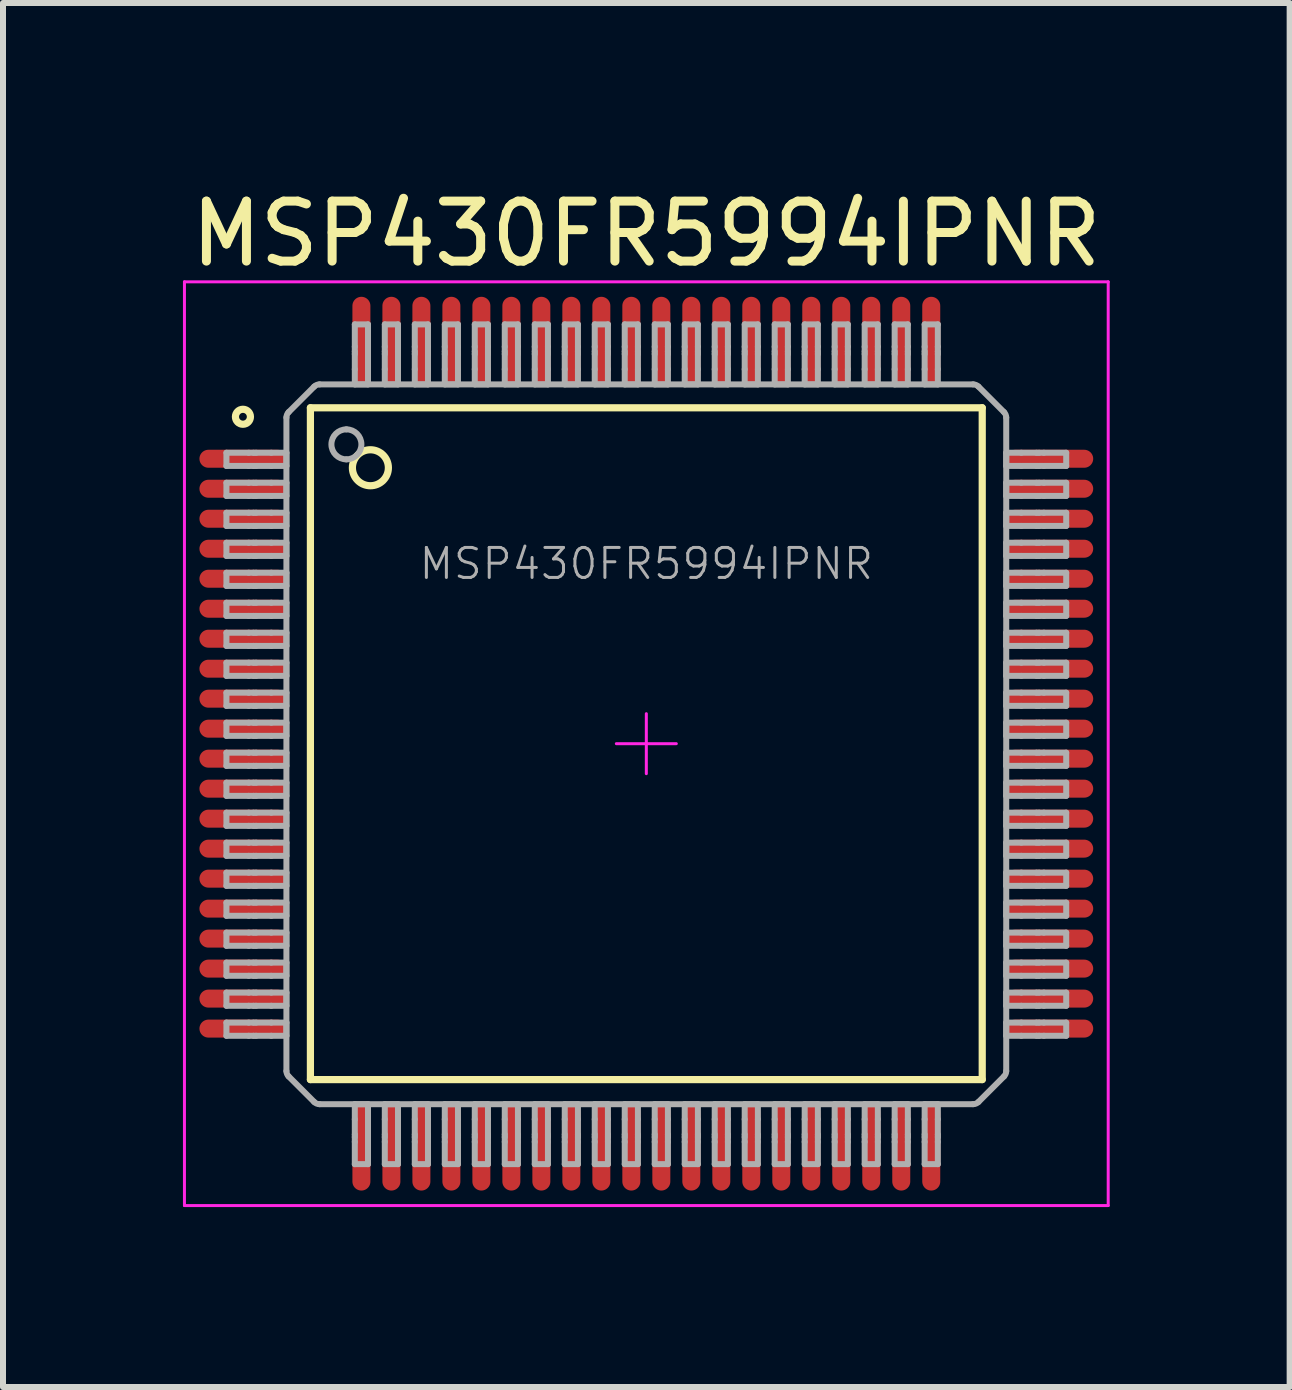
<source format=kicad_pcb>
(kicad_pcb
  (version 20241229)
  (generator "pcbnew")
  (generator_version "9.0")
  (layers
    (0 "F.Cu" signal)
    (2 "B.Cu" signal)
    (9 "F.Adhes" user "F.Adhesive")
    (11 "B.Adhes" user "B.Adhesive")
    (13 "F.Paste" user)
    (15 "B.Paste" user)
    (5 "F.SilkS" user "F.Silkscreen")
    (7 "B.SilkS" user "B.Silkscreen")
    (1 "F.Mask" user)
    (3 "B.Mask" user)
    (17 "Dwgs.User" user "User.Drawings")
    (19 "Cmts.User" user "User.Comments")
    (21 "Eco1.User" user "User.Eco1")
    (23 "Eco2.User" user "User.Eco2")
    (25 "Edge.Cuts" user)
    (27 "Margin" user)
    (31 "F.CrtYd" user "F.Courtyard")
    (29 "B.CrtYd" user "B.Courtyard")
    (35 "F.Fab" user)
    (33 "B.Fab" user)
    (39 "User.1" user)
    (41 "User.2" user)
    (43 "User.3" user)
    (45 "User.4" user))
  (footprint "MSP430FR5994IPNR"
    (layer "F.Cu")
    (at 7.725 9.348)
    (property "Reference" "MSP430FR5994IPNR" (at 0 -8.5 0) (layer "F.SilkS") (effects (font (size 1 1) (thickness 0.15))))
    (attr through_hole)
    (fp_line (start -5.6 -5.6) (end 5.6 -5.6) (stroke (width 0.12) (type solid)) (layer "F.SilkS"))
    (fp_line (start -5.6 5.6) (end -5.6 -5.6) (stroke (width 0.12) (type solid)) (layer "F.SilkS"))
    (fp_line (start -5.6 5.6) (end 5.6 5.6) (stroke (width 0.12) (type solid)) (layer "F.SilkS"))
    (fp_line (start 5.6 5.6) (end 5.6 -5.6) (stroke (width 0.12) (type solid)) (layer "F.SilkS"))
    (fp_circle (center -6.725 -5.45) (end -6.6 -5.45) (stroke (width 0.12) (type solid)) (fill no) (layer "F.SilkS"))
    (fp_circle (center -4.6 -4.6) (end -4.3 -4.6) (stroke (width 0.12) (type solid)) (fill no) (layer "F.SilkS"))
    (fp_line (start -7.7 -7.7) (end 7.7 -7.7) (stroke (width 0.05) (type solid)) (layer "F.CrtYd"))
    (fp_line (start -7.7 7.7) (end -7.7 -7.7) (stroke (width 0.05) (type solid)) (layer "F.CrtYd"))
    (fp_line (start -7.7 7.7) (end 7.7 7.7) (stroke (width 0.05) (type solid)) (layer "F.CrtYd"))
    (fp_line (start -0.5 0) (end 0.5 0) (stroke (width 0.05) (type solid)) (layer "F.CrtYd"))
    (fp_line (start 0 0.5) (end 0 -0.5) (stroke (width 0.05) (type solid)) (layer "F.CrtYd"))
    (fp_line (start 7.7 7.7) (end 7.7 -7.7) (stroke (width 0.05) (type solid)) (layer "F.CrtYd"))
    (fp_line (start -7 -4.85) (end -6.628 -4.85) (stroke (width 0.1) (type solid)) (layer "F.Fab"))
    (fp_line (start -7 -4.63) (end -7 -4.85) (stroke (width 0.1) (type solid)) (layer "F.Fab"))
    (fp_line (start -7 -4.63) (end -6.628 -4.63) (stroke (width 0.1) (type solid)) (layer "F.Fab"))
    (fp_line (start -7 -4.35) (end -6.628 -4.35) (stroke (width 0.1) (type solid)) (layer "F.Fab"))
    (fp_line (start -7 -4.13) (end -7 -4.35) (stroke (width 0.1) (type solid)) (layer "F.Fab"))
    (fp_line (start -7 -4.13) (end -6.628 -4.13) (stroke (width 0.1) (type solid)) (layer "F.Fab"))
    (fp_line (start -7 -3.85) (end -6.628 -3.85) (stroke (width 0.1) (type solid)) (layer "F.Fab"))
    (fp_line (start -7 -3.63) (end -7 -3.85) (stroke (width 0.1) (type solid)) (layer "F.Fab"))
    (fp_line (start -7 -3.63) (end -6.628 -3.63) (stroke (width 0.1) (type solid)) (layer "F.Fab"))
    (fp_line (start -7 -3.35) (end -6.628 -3.35) (stroke (width 0.1) (type solid)) (layer "F.Fab"))
    (fp_line (start -7 -3.13) (end -7 -3.35) (stroke (width 0.1) (type solid)) (layer "F.Fab"))
    (fp_line (start -7 -3.13) (end -6.628 -3.13) (stroke (width 0.1) (type solid)) (layer "F.Fab"))
    (fp_line (start -7 -2.85) (end -6.628 -2.85) (stroke (width 0.1) (type solid)) (layer "F.Fab"))
    (fp_line (start -7 -2.63) (end -7 -2.85) (stroke (width 0.1) (type solid)) (layer "F.Fab"))
    (fp_line (start -7 -2.63) (end -6.628 -2.63) (stroke (width 0.1) (type solid)) (layer "F.Fab"))
    (fp_line (start -7 -2.35) (end -6.628 -2.35) (stroke (width 0.1) (type solid)) (layer "F.Fab"))
    (fp_line (start -7 -2.13) (end -7 -2.35) (stroke (width 0.1) (type solid)) (layer "F.Fab"))
    (fp_line (start -7 -2.13) (end -6.628 -2.13) (stroke (width 0.1) (type solid)) (layer "F.Fab"))
    (fp_line (start -7 -1.85) (end -6.628 -1.85) (stroke (width 0.1) (type solid)) (layer "F.Fab"))
    (fp_line (start -7 -1.63) (end -7 -1.85) (stroke (width 0.1) (type solid)) (layer "F.Fab"))
    (fp_line (start -7 -1.63) (end -6.628 -1.63) (stroke (width 0.1) (type solid)) (layer "F.Fab"))
    (fp_line (start -7 -1.35) (end -6.628 -1.35) (stroke (width 0.1) (type solid)) (layer "F.Fab"))
    (fp_line (start -7 -1.13) (end -7 -1.35) (stroke (width 0.1) (type solid)) (layer "F.Fab"))
    (fp_line (start -7 -1.13) (end -6.628 -1.13) (stroke (width 0.1) (type solid)) (layer "F.Fab"))
    (fp_line (start -7 -0.85) (end -6.628 -0.85) (stroke (width 0.1) (type solid)) (layer "F.Fab"))
    (fp_line (start -7 -0.63) (end -7 -0.85) (stroke (width 0.1) (type solid)) (layer "F.Fab"))
    (fp_line (start -7 -0.63) (end -6.628 -0.63) (stroke (width 0.1) (type solid)) (layer "F.Fab"))
    (fp_line (start -7 -0.35) (end -6.628 -0.35) (stroke (width 0.1) (type solid)) (layer "F.Fab"))
    (fp_line (start -7 -0.13) (end -7 -0.35) (stroke (width 0.1) (type solid)) (layer "F.Fab"))
    (fp_line (start -7 -0.13) (end -6.628 -0.13) (stroke (width 0.1) (type solid)) (layer "F.Fab"))
    (fp_line (start -7 0.15) (end -6.628 0.15) (stroke (width 0.1) (type solid)) (layer "F.Fab"))
    (fp_line (start -7 0.37) (end -7 0.15) (stroke (width 0.1) (type solid)) (layer "F.Fab"))
    (fp_line (start -7 0.37) (end -6.628 0.37) (stroke (width 0.1) (type solid)) (layer "F.Fab"))
    (fp_line (start -7 0.65) (end -6.628 0.65) (stroke (width 0.1) (type solid)) (layer "F.Fab"))
    (fp_line (start -7 0.87) (end -7 0.65) (stroke (width 0.1) (type solid)) (layer "F.Fab"))
    (fp_line (start -7 0.87) (end -6.628 0.87) (stroke (width 0.1) (type solid)) (layer "F.Fab"))
    (fp_line (start -7 1.15) (end -6.628 1.15) (stroke (width 0.1) (type solid)) (layer "F.Fab"))
    (fp_line (start -7 1.37) (end -7 1.15) (stroke (width 0.1) (type solid)) (layer "F.Fab"))
    (fp_line (start -7 1.37) (end -6.628 1.37) (stroke (width 0.1) (type solid)) (layer "F.Fab"))
    (fp_line (start -7 1.65) (end -6.628 1.65) (stroke (width 0.1) (type solid)) (layer "F.Fab"))
    (fp_line (start -7 1.87) (end -7 1.65) (stroke (width 0.1) (type solid)) (layer "F.Fab"))
    (fp_line (start -7 1.87) (end -6.628 1.87) (stroke (width 0.1) (type solid)) (layer "F.Fab"))
    (fp_line (start -7 2.15) (end -6.628 2.15) (stroke (width 0.1) (type solid)) (layer "F.Fab"))
    (fp_line (start -7 2.37) (end -7 2.15) (stroke (width 0.1) (type solid)) (layer "F.Fab"))
    (fp_line (start -7 2.37) (end -6.628 2.37) (stroke (width 0.1) (type solid)) (layer "F.Fab"))
    (fp_line (start -7 2.65) (end -6.628 2.65) (stroke (width 0.1) (type solid)) (layer "F.Fab"))
    (fp_line (start -7 2.87) (end -7 2.65) (stroke (width 0.1) (type solid)) (layer "F.Fab"))
    (fp_line (start -7 2.87) (end -6.628 2.87) (stroke (width 0.1) (type solid)) (layer "F.Fab"))
    (fp_line (start -7 3.15) (end -6.628 3.15) (stroke (width 0.1) (type solid)) (layer "F.Fab"))
    (fp_line (start -7 3.37) (end -7 3.15) (stroke (width 0.1) (type solid)) (layer "F.Fab"))
    (fp_line (start -7 3.37) (end -6.628 3.37) (stroke (width 0.1) (type solid)) (layer "F.Fab"))
    (fp_line (start -7 3.65) (end -6.628 3.65) (stroke (width 0.1) (type solid)) (layer "F.Fab"))
    (fp_line (start -7 3.87) (end -7 3.65) (stroke (width 0.1) (type solid)) (layer "F.Fab"))
    (fp_line (start -7 3.87) (end -6.628 3.87) (stroke (width 0.1) (type solid)) (layer "F.Fab"))
    (fp_line (start -7 4.15) (end -6.628 4.15) (stroke (width 0.1) (type solid)) (layer "F.Fab"))
    (fp_line (start -7 4.37) (end -7 4.15) (stroke (width 0.1) (type solid)) (layer "F.Fab"))
    (fp_line (start -7 4.37) (end -6.628 4.37) (stroke (width 0.1) (type solid)) (layer "F.Fab"))
    (fp_line (start -7 4.65) (end -6.628 4.65) (stroke (width 0.1) (type solid)) (layer "F.Fab"))
    (fp_line (start -7 4.87) (end -7 4.65) (stroke (width 0.1) (type solid)) (layer "F.Fab"))
    (fp_line (start -7 4.87) (end -6.628 4.87) (stroke (width 0.1) (type solid)) (layer "F.Fab"))
    (fp_line (start -6.628 -4.85) (end -6.548 -4.85) (stroke (width 0.1) (type solid)) (layer "F.Fab"))
    (fp_line (start -6.628 -4.63) (end -6.548 -4.63) (stroke (width 0.1) (type solid)) (layer "F.Fab"))
    (fp_line (start -6.628 -4.35) (end -6.548 -4.35) (stroke (width 0.1) (type solid)) (layer "F.Fab"))
    (fp_line (start -6.628 -4.13) (end -6.548 -4.13) (stroke (width 0.1) (type solid)) (layer "F.Fab"))
    (fp_line (start -6.628 -3.85) (end -6.548 -3.85) (stroke (width 0.1) (type solid)) (layer "F.Fab"))
    (fp_line (start -6.628 -3.63) (end -6.548 -3.63) (stroke (width 0.1) (type solid)) (layer "F.Fab"))
    (fp_line (start -6.628 -3.35) (end -6.548 -3.35) (stroke (width 0.1) (type solid)) (layer "F.Fab"))
    (fp_line (start -6.628 -3.13) (end -6.548 -3.13) (stroke (width 0.1) (type solid)) (layer "F.Fab"))
    (fp_line (start -6.628 -2.85) (end -6.548 -2.85) (stroke (width 0.1) (type solid)) (layer "F.Fab"))
    (fp_line (start -6.628 -2.63) (end -6.548 -2.63) (stroke (width 0.1) (type solid)) (layer "F.Fab"))
    (fp_line (start -6.628 -2.35) (end -6.548 -2.35) (stroke (width 0.1) (type solid)) (layer "F.Fab"))
    (fp_line (start -6.628 -2.13) (end -6.548 -2.13) (stroke (width 0.1) (type solid)) (layer "F.Fab"))
    (fp_line (start -6.628 -1.85) (end -6.548 -1.85) (stroke (width 0.1) (type solid)) (layer "F.Fab"))
    (fp_line (start -6.628 -1.63) (end -6.548 -1.63) (stroke (width 0.1) (type solid)) (layer "F.Fab"))
    (fp_line (start -6.628 -1.35) (end -6.548 -1.35) (stroke (width 0.1) (type solid)) (layer "F.Fab"))
    (fp_line (start -6.628 -1.13) (end -6.548 -1.13) (stroke (width 0.1) (type solid)) (layer "F.Fab"))
    (fp_line (start -6.628 -0.85) (end -6.548 -0.85) (stroke (width 0.1) (type solid)) (layer "F.Fab"))
    (fp_line (start -6.628 -0.63) (end -6.548 -0.63) (stroke (width 0.1) (type solid)) (layer "F.Fab"))
    (fp_line (start -6.628 -0.35) (end -6.548 -0.35) (stroke (width 0.1) (type solid)) (layer "F.Fab"))
    (fp_line (start -6.628 -0.13) (end -6.548 -0.13) (stroke (width 0.1) (type solid)) (layer "F.Fab"))
    (fp_line (start -6.628 0.15) (end -6.548 0.15) (stroke (width 0.1) (type solid)) (layer "F.Fab"))
    (fp_line (start -6.628 0.37) (end -6.548 0.37) (stroke (width 0.1) (type solid)) (layer "F.Fab"))
    (fp_line (start -6.628 0.65) (end -6.548 0.65) (stroke (width 0.1) (type solid)) (layer "F.Fab"))
    (fp_line (start -6.628 0.87) (end -6.548 0.87) (stroke (width 0.1) (type solid)) (layer "F.Fab"))
    (fp_line (start -6.628 1.15) (end -6.548 1.15) (stroke (width 0.1) (type solid)) (layer "F.Fab"))
    (fp_line (start -6.628 1.37) (end -6.548 1.37) (stroke (width 0.1) (type solid)) (layer "F.Fab"))
    (fp_line (start -6.628 1.65) (end -6.548 1.65) (stroke (width 0.1) (type solid)) (layer "F.Fab"))
    (fp_line (start -6.628 1.87) (end -6.548 1.87) (stroke (width 0.1) (type solid)) (layer "F.Fab"))
    (fp_line (start -6.628 2.15) (end -6.548 2.15) (stroke (width 0.1) (type solid)) (layer "F.Fab"))
    (fp_line (start -6.628 2.37) (end -6.548 2.37) (stroke (width 0.1) (type solid)) (layer "F.Fab"))
    (fp_line (start -6.628 2.65) (end -6.548 2.65) (stroke (width 0.1) (type solid)) (layer "F.Fab"))
    (fp_line (start -6.628 2.87) (end -6.548 2.87) (stroke (width 0.1) (type solid)) (layer "F.Fab"))
    (fp_line (start -6.628 3.15) (end -6.548 3.15) (stroke (width 0.1) (type solid)) (layer "F.Fab"))
    (fp_line (start -6.628 3.37) (end -6.548 3.37) (stroke (width 0.1) (type solid)) (layer "F.Fab"))
    (fp_line (start -6.628 3.65) (end -6.548 3.65) (stroke (width 0.1) (type solid)) (layer "F.Fab"))
    (fp_line (start -6.628 3.87) (end -6.548 3.87) (stroke (width 0.1) (type solid)) (layer "F.Fab"))
    (fp_line (start -6.628 4.15) (end -6.548 4.15) (stroke (width 0.1) (type solid)) (layer "F.Fab"))
    (fp_line (start -6.628 4.37) (end -6.548 4.37) (stroke (width 0.1) (type solid)) (layer "F.Fab"))
    (fp_line (start -6.628 4.65) (end -6.548 4.65) (stroke (width 0.1) (type solid)) (layer "F.Fab"))
    (fp_line (start -6.628 4.87) (end -6.548 4.87) (stroke (width 0.1) (type solid)) (layer "F.Fab"))
    (fp_line (start -6.548 -4.85) (end -6.506 -4.85) (stroke (width 0.1) (type solid)) (layer "F.Fab"))
    (fp_line (start -6.548 -4.63) (end -6.506 -4.63) (stroke (width 0.1) (type solid)) (layer "F.Fab"))
    (fp_line (start -6.548 -4.35) (end -6.506 -4.35) (stroke (width 0.1) (type solid)) (layer "F.Fab"))
    (fp_line (start -6.548 -4.13) (end -6.506 -4.13) (stroke (width 0.1) (type solid)) (layer "F.Fab"))
    (fp_line (start -6.548 -3.85) (end -6.506 -3.85) (stroke (width 0.1) (type solid)) (layer "F.Fab"))
    (fp_line (start -6.548 -3.63) (end -6.506 -3.63) (stroke (width 0.1) (type solid)) (layer "F.Fab"))
    (fp_line (start -6.548 -3.35) (end -6.506 -3.35) (stroke (width 0.1) (type solid)) (layer "F.Fab"))
    (fp_line (start -6.548 -3.13) (end -6.506 -3.13) (stroke (width 0.1) (type solid)) (layer "F.Fab"))
    (fp_line (start -6.548 -2.85) (end -6.506 -2.85) (stroke (width 0.1) (type solid)) (layer "F.Fab"))
    (fp_line (start -6.548 -2.63) (end -6.506 -2.63) (stroke (width 0.1) (type solid)) (layer "F.Fab"))
    (fp_line (start -6.548 -2.35) (end -6.506 -2.35) (stroke (width 0.1) (type solid)) (layer "F.Fab"))
    (fp_line (start -6.548 -2.13) (end -6.506 -2.13) (stroke (width 0.1) (type solid)) (layer "F.Fab"))
    (fp_line (start -6.548 -1.85) (end -6.506 -1.85) (stroke (width 0.1) (type solid)) (layer "F.Fab"))
    (fp_line (start -6.548 -1.63) (end -6.506 -1.63) (stroke (width 0.1) (type solid)) (layer "F.Fab"))
    (fp_line (start -6.548 -1.35) (end -6.506 -1.35) (stroke (width 0.1) (type solid)) (layer "F.Fab"))
    (fp_line (start -6.548 -1.13) (end -6.506 -1.13) (stroke (width 0.1) (type solid)) (layer "F.Fab"))
    (fp_line (start -6.548 -0.85) (end -6.506 -0.85) (stroke (width 0.1) (type solid)) (layer "F.Fab"))
    (fp_line (start -6.548 -0.63) (end -6.506 -0.63) (stroke (width 0.1) (type solid)) (layer "F.Fab"))
    (fp_line (start -6.548 -0.35) (end -6.506 -0.35) (stroke (width 0.1) (type solid)) (layer "F.Fab"))
    (fp_line (start -6.548 -0.13) (end -6.506 -0.13) (stroke (width 0.1) (type solid)) (layer "F.Fab"))
    (fp_line (start -6.548 0.15) (end -6.506 0.15) (stroke (width 0.1) (type solid)) (layer "F.Fab"))
    (fp_line (start -6.548 0.37) (end -6.506 0.37) (stroke (width 0.1) (type solid)) (layer "F.Fab"))
    (fp_line (start -6.548 0.65) (end -6.506 0.65) (stroke (width 0.1) (type solid)) (layer "F.Fab"))
    (fp_line (start -6.548 0.87) (end -6.506 0.87) (stroke (width 0.1) (type solid)) (layer "F.Fab"))
    (fp_line (start -6.548 1.15) (end -6.506 1.15) (stroke (width 0.1) (type solid)) (layer "F.Fab"))
    (fp_line (start -6.548 1.37) (end -6.506 1.37) (stroke (width 0.1) (type solid)) (layer "F.Fab"))
    (fp_line (start -6.548 1.65) (end -6.506 1.65) (stroke (width 0.1) (type solid)) (layer "F.Fab"))
    (fp_line (start -6.548 1.87) (end -6.506 1.87) (stroke (width 0.1) (type solid)) (layer "F.Fab"))
    (fp_line (start -6.548 2.15) (end -6.506 2.15) (stroke (width 0.1) (type solid)) (layer "F.Fab"))
    (fp_line (start -6.548 2.37) (end -6.506 2.37) (stroke (width 0.1) (type solid)) (layer "F.Fab"))
    (fp_line (start -6.548 2.65) (end -6.506 2.65) (stroke (width 0.1) (type solid)) (layer "F.Fab"))
    (fp_line (start -6.548 2.87) (end -6.506 2.87) (stroke (width 0.1) (type solid)) (layer "F.Fab"))
    (fp_line (start -6.548 3.15) (end -6.506 3.15) (stroke (width 0.1) (type solid)) (layer "F.Fab"))
    (fp_line (start -6.548 3.37) (end -6.506 3.37) (stroke (width 0.1) (type solid)) (layer "F.Fab"))
    (fp_line (start -6.548 3.65) (end -6.506 3.65) (stroke (width 0.1) (type solid)) (layer "F.Fab"))
    (fp_line (start -6.548 3.87) (end -6.506 3.87) (stroke (width 0.1) (type solid)) (layer "F.Fab"))
    (fp_line (start -6.548 4.15) (end -6.506 4.15) (stroke (width 0.1) (type solid)) (layer "F.Fab"))
    (fp_line (start -6.548 4.37) (end -6.506 4.37) (stroke (width 0.1) (type solid)) (layer "F.Fab"))
    (fp_line (start -6.548 4.65) (end -6.506 4.65) (stroke (width 0.1) (type solid)) (layer "F.Fab"))
    (fp_line (start -6.548 4.87) (end -6.506 4.87) (stroke (width 0.1) (type solid)) (layer "F.Fab"))
    (fp_line (start -6.506 -4.85) (end -6.252 -4.85) (stroke (width 0.1) (type solid)) (layer "F.Fab"))
    (fp_line (start -6.506 -4.63) (end -6.252 -4.63) (stroke (width 0.1) (type solid)) (layer "F.Fab"))
    (fp_line (start -6.506 -4.35) (end -6.252 -4.35) (stroke (width 0.1) (type solid)) (layer "F.Fab"))
    (fp_line (start -6.506 -4.13) (end -6.252 -4.13) (stroke (width 0.1) (type solid)) (layer "F.Fab"))
    (fp_line (start -6.506 -3.85) (end -6.252 -3.85) (stroke (width 0.1) (type solid)) (layer "F.Fab"))
    (fp_line (start -6.506 -3.63) (end -6.252 -3.63) (stroke (width 0.1) (type solid)) (layer "F.Fab"))
    (fp_line (start -6.506 -3.35) (end -6.252 -3.35) (stroke (width 0.1) (type solid)) (layer "F.Fab"))
    (fp_line (start -6.506 -3.13) (end -6.252 -3.13) (stroke (width 0.1) (type solid)) (layer "F.Fab"))
    (fp_line (start -6.506 -2.85) (end -6.252 -2.85) (stroke (width 0.1) (type solid)) (layer "F.Fab"))
    (fp_line (start -6.506 -2.63) (end -6.252 -2.63) (stroke (width 0.1) (type solid)) (layer "F.Fab"))
    (fp_line (start -6.506 -2.35) (end -6.252 -2.35) (stroke (width 0.1) (type solid)) (layer "F.Fab"))
    (fp_line (start -6.506 -2.13) (end -6.252 -2.13) (stroke (width 0.1) (type solid)) (layer "F.Fab"))
    (fp_line (start -6.506 -1.85) (end -6.252 -1.85) (stroke (width 0.1) (type solid)) (layer "F.Fab"))
    (fp_line (start -6.506 -1.63) (end -6.252 -1.63) (stroke (width 0.1) (type solid)) (layer "F.Fab"))
    (fp_line (start -6.506 -1.35) (end -6.252 -1.35) (stroke (width 0.1) (type solid)) (layer "F.Fab"))
    (fp_line (start -6.506 -1.13) (end -6.252 -1.13) (stroke (width 0.1) (type solid)) (layer "F.Fab"))
    (fp_line (start -6.506 -0.85) (end -6.252 -0.85) (stroke (width 0.1) (type solid)) (layer "F.Fab"))
    (fp_line (start -6.506 -0.63) (end -6.252 -0.63) (stroke (width 0.1) (type solid)) (layer "F.Fab"))
    (fp_line (start -6.506 -0.35) (end -6.252 -0.35) (stroke (width 0.1) (type solid)) (layer "F.Fab"))
    (fp_line (start -6.506 -0.13) (end -6.252 -0.13) (stroke (width 0.1) (type solid)) (layer "F.Fab"))
    (fp_line (start -6.506 0.15) (end -6.252 0.15) (stroke (width 0.1) (type solid)) (layer "F.Fab"))
    (fp_line (start -6.506 0.37) (end -6.252 0.37) (stroke (width 0.1) (type solid)) (layer "F.Fab"))
    (fp_line (start -6.506 0.65) (end -6.252 0.65) (stroke (width 0.1) (type solid)) (layer "F.Fab"))
    (fp_line (start -6.506 0.87) (end -6.252 0.87) (stroke (width 0.1) (type solid)) (layer "F.Fab"))
    (fp_line (start -6.506 1.15) (end -6.252 1.15) (stroke (width 0.1) (type solid)) (layer "F.Fab"))
    (fp_line (start -6.506 1.37) (end -6.252 1.37) (stroke (width 0.1) (type solid)) (layer "F.Fab"))
    (fp_line (start -6.506 1.65) (end -6.252 1.65) (stroke (width 0.1) (type solid)) (layer "F.Fab"))
    (fp_line (start -6.506 1.87) (end -6.252 1.87) (stroke (width 0.1) (type solid)) (layer "F.Fab"))
    (fp_line (start -6.506 2.15) (end -6.252 2.15) (stroke (width 0.1) (type solid)) (layer "F.Fab"))
    (fp_line (start -6.506 2.37) (end -6.252 2.37) (stroke (width 0.1) (type solid)) (layer "F.Fab"))
    (fp_line (start -6.506 2.65) (end -6.252 2.65) (stroke (width 0.1) (type solid)) (layer "F.Fab"))
    (fp_line (start -6.506 2.87) (end -6.252 2.87) (stroke (width 0.1) (type solid)) (layer "F.Fab"))
    (fp_line (start -6.506 3.15) (end -6.252 3.15) (stroke (width 0.1) (type solid)) (layer "F.Fab"))
    (fp_line (start -6.506 3.37) (end -6.252 3.37) (stroke (width 0.1) (type solid)) (layer "F.Fab"))
    (fp_line (start -6.506 3.65) (end -6.252 3.65) (stroke (width 0.1) (type solid)) (layer "F.Fab"))
    (fp_line (start -6.506 3.87) (end -6.252 3.87) (stroke (width 0.1) (type solid)) (layer "F.Fab"))
    (fp_line (start -6.506 4.15) (end -6.252 4.15) (stroke (width 0.1) (type solid)) (layer "F.Fab"))
    (fp_line (start -6.506 4.37) (end -6.252 4.37) (stroke (width 0.1) (type solid)) (layer "F.Fab"))
    (fp_line (start -6.506 4.65) (end -6.252 4.65) (stroke (width 0.1) (type solid)) (layer "F.Fab"))
    (fp_line (start -6.506 4.87) (end -6.252 4.87) (stroke (width 0.1) (type solid)) (layer "F.Fab"))
    (fp_line (start -6.252 -4.85) (end -6 -4.85) (stroke (width 0.1) (type solid)) (layer "F.Fab"))
    (fp_line (start -6.252 -4.63) (end -6 -4.63) (stroke (width 0.1) (type solid)) (layer "F.Fab"))
    (fp_line (start -6.252 -4.35) (end -6 -4.35) (stroke (width 0.1) (type solid)) (layer "F.Fab"))
    (fp_line (start -6.252 -4.13) (end -6 -4.13) (stroke (width 0.1) (type solid)) (layer "F.Fab"))
    (fp_line (start -6.252 -3.85) (end -6 -3.85) (stroke (width 0.1) (type solid)) (layer "F.Fab"))
    (fp_line (start -6.252 -3.63) (end -6 -3.63) (stroke (width 0.1) (type solid)) (layer "F.Fab"))
    (fp_line (start -6.252 -3.35) (end -6 -3.35) (stroke (width 0.1) (type solid)) (layer "F.Fab"))
    (fp_line (start -6.252 -3.13) (end -6 -3.13) (stroke (width 0.1) (type solid)) (layer "F.Fab"))
    (fp_line (start -6.252 -2.85) (end -6 -2.85) (stroke (width 0.1) (type solid)) (layer "F.Fab"))
    (fp_line (start -6.252 -2.63) (end -6 -2.63) (stroke (width 0.1) (type solid)) (layer "F.Fab"))
    (fp_line (start -6.252 -2.35) (end -6 -2.35) (stroke (width 0.1) (type solid)) (layer "F.Fab"))
    (fp_line (start -6.252 -2.13) (end -6 -2.13) (stroke (width 0.1) (type solid)) (layer "F.Fab"))
    (fp_line (start -6.252 -1.85) (end -6 -1.85) (stroke (width 0.1) (type solid)) (layer "F.Fab"))
    (fp_line (start -6.252 -1.63) (end -6 -1.63) (stroke (width 0.1) (type solid)) (layer "F.Fab"))
    (fp_line (start -6.252 -1.35) (end -6 -1.35) (stroke (width 0.1) (type solid)) (layer "F.Fab"))
    (fp_line (start -6.252 -1.13) (end -6 -1.13) (stroke (width 0.1) (type solid)) (layer "F.Fab"))
    (fp_line (start -6.252 -0.85) (end -6 -0.85) (stroke (width 0.1) (type solid)) (layer "F.Fab"))
    (fp_line (start -6.252 -0.63) (end -6 -0.63) (stroke (width 0.1) (type solid)) (layer "F.Fab"))
    (fp_line (start -6.252 -0.35) (end -6 -0.35) (stroke (width 0.1) (type solid)) (layer "F.Fab"))
    (fp_line (start -6.252 -0.13) (end -6 -0.13) (stroke (width 0.1) (type solid)) (layer "F.Fab"))
    (fp_line (start -6.252 0.15) (end -6 0.15) (stroke (width 0.1) (type solid)) (layer "F.Fab"))
    (fp_line (start -6.252 0.37) (end -6 0.37) (stroke (width 0.1) (type solid)) (layer "F.Fab"))
    (fp_line (start -6.252 0.65) (end -6 0.65) (stroke (width 0.1) (type solid)) (layer "F.Fab"))
    (fp_line (start -6.252 0.87) (end -6 0.87) (stroke (width 0.1) (type solid)) (layer "F.Fab"))
    (fp_line (start -6.252 1.15) (end -6 1.15) (stroke (width 0.1) (type solid)) (layer "F.Fab"))
    (fp_line (start -6.252 1.37) (end -6 1.37) (stroke (width 0.1) (type solid)) (layer "F.Fab"))
    (fp_line (start -6.252 1.65) (end -6 1.65) (stroke (width 0.1) (type solid)) (layer "F.Fab"))
    (fp_line (start -6.252 1.87) (end -6 1.87) (stroke (width 0.1) (type solid)) (layer "F.Fab"))
    (fp_line (start -6.252 2.15) (end -6 2.15) (stroke (width 0.1) (type solid)) (layer "F.Fab"))
    (fp_line (start -6.252 2.37) (end -6 2.37) (stroke (width 0.1) (type solid)) (layer "F.Fab"))
    (fp_line (start -6.252 2.65) (end -6 2.65) (stroke (width 0.1) (type solid)) (layer "F.Fab"))
    (fp_line (start -6.252 2.87) (end -6 2.87) (stroke (width 0.1) (type solid)) (layer "F.Fab"))
    (fp_line (start -6.252 3.15) (end -6 3.15) (stroke (width 0.1) (type solid)) (layer "F.Fab"))
    (fp_line (start -6.252 3.37) (end -6 3.37) (stroke (width 0.1) (type solid)) (layer "F.Fab"))
    (fp_line (start -6.252 3.65) (end -6 3.65) (stroke (width 0.1) (type solid)) (layer "F.Fab"))
    (fp_line (start -6.252 3.87) (end -6 3.87) (stroke (width 0.1) (type solid)) (layer "F.Fab"))
    (fp_line (start -6.252 4.15) (end -6 4.15) (stroke (width 0.1) (type solid)) (layer "F.Fab"))
    (fp_line (start -6.252 4.37) (end -6 4.37) (stroke (width 0.1) (type solid)) (layer "F.Fab"))
    (fp_line (start -6.252 4.65) (end -6 4.65) (stroke (width 0.1) (type solid)) (layer "F.Fab"))
    (fp_line (start -6.252 4.87) (end -6 4.87) (stroke (width 0.1) (type solid)) (layer "F.Fab"))
    (fp_line (start -6 -4.63) (end -6 -4.85) (stroke (width 0.1) (type solid)) (layer "F.Fab"))
    (fp_line (start -6 -4.13) (end -6 -4.35) (stroke (width 0.1) (type solid)) (layer "F.Fab"))
    (fp_line (start -6 -3.63) (end -6 -3.85) (stroke (width 0.1) (type solid)) (layer "F.Fab"))
    (fp_line (start -6 -3.13) (end -6 -3.35) (stroke (width 0.1) (type solid)) (layer "F.Fab"))
    (fp_line (start -6 -2.63) (end -6 -2.85) (stroke (width 0.1) (type solid)) (layer "F.Fab"))
    (fp_line (start -6 -2.13) (end -6 -2.35) (stroke (width 0.1) (type solid)) (layer "F.Fab"))
    (fp_line (start -6 -1.63) (end -6 -1.85) (stroke (width 0.1) (type solid)) (layer "F.Fab"))
    (fp_line (start -6 -1.13) (end -6 -1.35) (stroke (width 0.1) (type solid)) (layer "F.Fab"))
    (fp_line (start -6 -0.63) (end -6 -0.85) (stroke (width 0.1) (type solid)) (layer "F.Fab"))
    (fp_line (start -6 -0.13) (end -6 -0.35) (stroke (width 0.1) (type solid)) (layer "F.Fab"))
    (fp_line (start -6 0.37) (end -6 0.15) (stroke (width 0.1) (type solid)) (layer "F.Fab"))
    (fp_line (start -6 0.87) (end -6 0.65) (stroke (width 0.1) (type solid)) (layer "F.Fab"))
    (fp_line (start -6 1.37) (end -6 1.15) (stroke (width 0.1) (type solid)) (layer "F.Fab"))
    (fp_line (start -6 1.87) (end -6 1.65) (stroke (width 0.1) (type solid)) (layer "F.Fab"))
    (fp_line (start -6 2.37) (end -6 2.15) (stroke (width 0.1) (type solid)) (layer "F.Fab"))
    (fp_line (start -6 2.87) (end -6 2.65) (stroke (width 0.1) (type solid)) (layer "F.Fab"))
    (fp_line (start -6 3.37) (end -6 3.15) (stroke (width 0.1) (type solid)) (layer "F.Fab"))
    (fp_line (start -6 3.87) (end -6 3.65) (stroke (width 0.1) (type solid)) (layer "F.Fab"))
    (fp_line (start -6 4.37) (end -6 4.15) (stroke (width 0.1) (type solid)) (layer "F.Fab"))
    (fp_line (start -6 4.87) (end -6 4.65) (stroke (width 0.1) (type solid)) (layer "F.Fab"))
    (fp_line (start -6 5.458) (end -6 -5.438) (stroke (width 0.1) (type solid)) (layer "F.Fab"))
    (fp_line (start -5.963 -5.527) (end -5.537 -5.953) (stroke (width 0.1) (type solid)) (layer "F.Fab"))
    (fp_line (start -5.963 5.547) (end -5.537 5.973) (stroke (width 0.1) (type solid)) (layer "F.Fab"))
    (fp_line (start -5.448 -5.99) (end 5.448 -5.99) (stroke (width 0.1) (type solid)) (layer "F.Fab"))
    (fp_line (start -5.448 6.01) (end 5.448 6.01) (stroke (width 0.1) (type solid)) (layer "F.Fab"))
    (fp_line (start -4.86 -6.99) (end -4.64 -6.99) (stroke (width 0.1) (type solid)) (layer "F.Fab"))
    (fp_line (start -4.86 -6.618) (end -4.86 -6.99) (stroke (width 0.1) (type solid)) (layer "F.Fab"))
    (fp_line (start -4.86 -6.538) (end -4.86 -6.618) (stroke (width 0.1) (type solid)) (layer "F.Fab"))
    (fp_line (start -4.86 -6.496) (end -4.86 -6.538) (stroke (width 0.1) (type solid)) (layer "F.Fab"))
    (fp_line (start -4.86 -6.242) (end -4.86 -6.496) (stroke (width 0.1) (type solid)) (layer "F.Fab"))
    (fp_line (start -4.86 -5.99) (end -4.86 -6.242) (stroke (width 0.1) (type solid)) (layer "F.Fab"))
    (fp_line (start -4.86 -5.99) (end -4.64 -5.99) (stroke (width 0.1) (type solid)) (layer "F.Fab"))
    (fp_line (start -4.86 6.01) (end -4.64 6.01) (stroke (width 0.1) (type solid)) (layer "F.Fab"))
    (fp_line (start -4.86 6.262) (end -4.86 6.01) (stroke (width 0.1) (type solid)) (layer "F.Fab"))
    (fp_line (start -4.86 6.516) (end -4.86 6.262) (stroke (width 0.1) (type solid)) (layer "F.Fab"))
    (fp_line (start -4.86 6.558) (end -4.86 6.516) (stroke (width 0.1) (type solid)) (layer "F.Fab"))
    (fp_line (start -4.86 6.638) (end -4.86 6.558) (stroke (width 0.1) (type solid)) (layer "F.Fab"))
    (fp_line (start -4.86 7.01) (end -4.86 6.638) (stroke (width 0.1) (type solid)) (layer "F.Fab"))
    (fp_line (start -4.86 7.01) (end -4.64 7.01) (stroke (width 0.1) (type solid)) (layer "F.Fab"))
    (fp_line (start -4.64 -6.618) (end -4.64 -6.99) (stroke (width 0.1) (type solid)) (layer "F.Fab"))
    (fp_line (start -4.64 -6.538) (end -4.64 -6.618) (stroke (width 0.1) (type solid)) (layer "F.Fab"))
    (fp_line (start -4.64 -6.496) (end -4.64 -6.538) (stroke (width 0.1) (type solid)) (layer "F.Fab"))
    (fp_line (start -4.64 -6.242) (end -4.64 -6.496) (stroke (width 0.1) (type solid)) (layer "F.Fab"))
    (fp_line (start -4.64 -5.99) (end -4.64 -6.242) (stroke (width 0.1) (type solid)) (layer "F.Fab"))
    (fp_line (start -4.64 6.262) (end -4.64 6.01) (stroke (width 0.1) (type solid)) (layer "F.Fab"))
    (fp_line (start -4.64 6.516) (end -4.64 6.262) (stroke (width 0.1) (type solid)) (layer "F.Fab"))
    (fp_line (start -4.64 6.558) (end -4.64 6.516) (stroke (width 0.1) (type solid)) (layer "F.Fab"))
    (fp_line (start -4.64 6.638) (end -4.64 6.558) (stroke (width 0.1) (type solid)) (layer "F.Fab"))
    (fp_line (start -4.64 7.01) (end -4.64 6.638) (stroke (width 0.1) (type solid)) (layer "F.Fab"))
    (fp_line (start -4.36 -6.99) (end -4.14 -6.99) (stroke (width 0.1) (type solid)) (layer "F.Fab"))
    (fp_line (start -4.36 -6.618) (end -4.36 -6.99) (stroke (width 0.1) (type solid)) (layer "F.Fab"))
    (fp_line (start -4.36 -6.538) (end -4.36 -6.618) (stroke (width 0.1) (type solid)) (layer "F.Fab"))
    (fp_line (start -4.36 -6.496) (end -4.36 -6.538) (stroke (width 0.1) (type solid)) (layer "F.Fab"))
    (fp_line (start -4.36 -6.242) (end -4.36 -6.496) (stroke (width 0.1) (type solid)) (layer "F.Fab"))
    (fp_line (start -4.36 -5.99) (end -4.36 -6.242) (stroke (width 0.1) (type solid)) (layer "F.Fab"))
    (fp_line (start -4.36 -5.99) (end -4.14 -5.99) (stroke (width 0.1) (type solid)) (layer "F.Fab"))
    (fp_line (start -4.36 6.01) (end -4.14 6.01) (stroke (width 0.1) (type solid)) (layer "F.Fab"))
    (fp_line (start -4.36 6.262) (end -4.36 6.01) (stroke (width 0.1) (type solid)) (layer "F.Fab"))
    (fp_line (start -4.36 6.516) (end -4.36 6.262) (stroke (width 0.1) (type solid)) (layer "F.Fab"))
    (fp_line (start -4.36 6.558) (end -4.36 6.516) (stroke (width 0.1) (type solid)) (layer "F.Fab"))
    (fp_line (start -4.36 6.638) (end -4.36 6.558) (stroke (width 0.1) (type solid)) (layer "F.Fab"))
    (fp_line (start -4.36 7.01) (end -4.36 6.638) (stroke (width 0.1) (type solid)) (layer "F.Fab"))
    (fp_line (start -4.36 7.01) (end -4.14 7.01) (stroke (width 0.1) (type solid)) (layer "F.Fab"))
    (fp_line (start -4.14 -6.618) (end -4.14 -6.99) (stroke (width 0.1) (type solid)) (layer "F.Fab"))
    (fp_line (start -4.14 -6.538) (end -4.14 -6.618) (stroke (width 0.1) (type solid)) (layer "F.Fab"))
    (fp_line (start -4.14 -6.496) (end -4.14 -6.538) (stroke (width 0.1) (type solid)) (layer "F.Fab"))
    (fp_line (start -4.14 -6.242) (end -4.14 -6.496) (stroke (width 0.1) (type solid)) (layer "F.Fab"))
    (fp_line (start -4.14 -5.99) (end -4.14 -6.242) (stroke (width 0.1) (type solid)) (layer "F.Fab"))
    (fp_line (start -4.14 6.262) (end -4.14 6.01) (stroke (width 0.1) (type solid)) (layer "F.Fab"))
    (fp_line (start -4.14 6.516) (end -4.14 6.262) (stroke (width 0.1) (type solid)) (layer "F.Fab"))
    (fp_line (start -4.14 6.558) (end -4.14 6.516) (stroke (width 0.1) (type solid)) (layer "F.Fab"))
    (fp_line (start -4.14 6.638) (end -4.14 6.558) (stroke (width 0.1) (type solid)) (layer "F.Fab"))
    (fp_line (start -4.14 7.01) (end -4.14 6.638) (stroke (width 0.1) (type solid)) (layer "F.Fab"))
    (fp_line (start -3.86 -6.99) (end -3.64 -6.99) (stroke (width 0.1) (type solid)) (layer "F.Fab"))
    (fp_line (start -3.86 -6.618) (end -3.86 -6.99) (stroke (width 0.1) (type solid)) (layer "F.Fab"))
    (fp_line (start -3.86 -6.538) (end -3.86 -6.618) (stroke (width 0.1) (type solid)) (layer "F.Fab"))
    (fp_line (start -3.86 -6.496) (end -3.86 -6.538) (stroke (width 0.1) (type solid)) (layer "F.Fab"))
    (fp_line (start -3.86 -6.242) (end -3.86 -6.496) (stroke (width 0.1) (type solid)) (layer "F.Fab"))
    (fp_line (start -3.86 -5.99) (end -3.86 -6.242) (stroke (width 0.1) (type solid)) (layer "F.Fab"))
    (fp_line (start -3.86 -5.99) (end -3.64 -5.99) (stroke (width 0.1) (type solid)) (layer "F.Fab"))
    (fp_line (start -3.86 6.01) (end -3.64 6.01) (stroke (width 0.1) (type solid)) (layer "F.Fab"))
    (fp_line (start -3.86 6.262) (end -3.86 6.01) (stroke (width 0.1) (type solid)) (layer "F.Fab"))
    (fp_line (start -3.86 6.516) (end -3.86 6.262) (stroke (width 0.1) (type solid)) (layer "F.Fab"))
    (fp_line (start -3.86 6.558) (end -3.86 6.516) (stroke (width 0.1) (type solid)) (layer "F.Fab"))
    (fp_line (start -3.86 6.638) (end -3.86 6.558) (stroke (width 0.1) (type solid)) (layer "F.Fab"))
    (fp_line (start -3.86 7.01) (end -3.86 6.638) (stroke (width 0.1) (type solid)) (layer "F.Fab"))
    (fp_line (start -3.86 7.01) (end -3.64 7.01) (stroke (width 0.1) (type solid)) (layer "F.Fab"))
    (fp_line (start -3.64 -6.618) (end -3.64 -6.99) (stroke (width 0.1) (type solid)) (layer "F.Fab"))
    (fp_line (start -3.64 -6.538) (end -3.64 -6.618) (stroke (width 0.1) (type solid)) (layer "F.Fab"))
    (fp_line (start -3.64 -6.496) (end -3.64 -6.538) (stroke (width 0.1) (type solid)) (layer "F.Fab"))
    (fp_line (start -3.64 -6.242) (end -3.64 -6.496) (stroke (width 0.1) (type solid)) (layer "F.Fab"))
    (fp_line (start -3.64 -5.99) (end -3.64 -6.242) (stroke (width 0.1) (type solid)) (layer "F.Fab"))
    (fp_line (start -3.64 6.262) (end -3.64 6.01) (stroke (width 0.1) (type solid)) (layer "F.Fab"))
    (fp_line (start -3.64 6.516) (end -3.64 6.262) (stroke (width 0.1) (type solid)) (layer "F.Fab"))
    (fp_line (start -3.64 6.558) (end -3.64 6.516) (stroke (width 0.1) (type solid)) (layer "F.Fab"))
    (fp_line (start -3.64 6.638) (end -3.64 6.558) (stroke (width 0.1) (type solid)) (layer "F.Fab"))
    (fp_line (start -3.64 7.01) (end -3.64 6.638) (stroke (width 0.1) (type solid)) (layer "F.Fab"))
    (fp_line (start -3.36 -6.99) (end -3.14 -6.99) (stroke (width 0.1) (type solid)) (layer "F.Fab"))
    (fp_line (start -3.36 -6.618) (end -3.36 -6.99) (stroke (width 0.1) (type solid)) (layer "F.Fab"))
    (fp_line (start -3.36 -6.538) (end -3.36 -6.618) (stroke (width 0.1) (type solid)) (layer "F.Fab"))
    (fp_line (start -3.36 -6.496) (end -3.36 -6.538) (stroke (width 0.1) (type solid)) (layer "F.Fab"))
    (fp_line (start -3.36 -6.242) (end -3.36 -6.496) (stroke (width 0.1) (type solid)) (layer "F.Fab"))
    (fp_line (start -3.36 -5.99) (end -3.36 -6.242) (stroke (width 0.1) (type solid)) (layer "F.Fab"))
    (fp_line (start -3.36 -5.99) (end -3.14 -5.99) (stroke (width 0.1) (type solid)) (layer "F.Fab"))
    (fp_line (start -3.36 6.01) (end -3.14 6.01) (stroke (width 0.1) (type solid)) (layer "F.Fab"))
    (fp_line (start -3.36 6.262) (end -3.36 6.01) (stroke (width 0.1) (type solid)) (layer "F.Fab"))
    (fp_line (start -3.36 6.516) (end -3.36 6.262) (stroke (width 0.1) (type solid)) (layer "F.Fab"))
    (fp_line (start -3.36 6.558) (end -3.36 6.516) (stroke (width 0.1) (type solid)) (layer "F.Fab"))
    (fp_line (start -3.36 6.638) (end -3.36 6.558) (stroke (width 0.1) (type solid)) (layer "F.Fab"))
    (fp_line (start -3.36 7.01) (end -3.36 6.638) (stroke (width 0.1) (type solid)) (layer "F.Fab"))
    (fp_line (start -3.36 7.01) (end -3.14 7.01) (stroke (width 0.1) (type solid)) (layer "F.Fab"))
    (fp_line (start -3.14 -6.618) (end -3.14 -6.99) (stroke (width 0.1) (type solid)) (layer "F.Fab"))
    (fp_line (start -3.14 -6.538) (end -3.14 -6.618) (stroke (width 0.1) (type solid)) (layer "F.Fab"))
    (fp_line (start -3.14 -6.496) (end -3.14 -6.538) (stroke (width 0.1) (type solid)) (layer "F.Fab"))
    (fp_line (start -3.14 -6.242) (end -3.14 -6.496) (stroke (width 0.1) (type solid)) (layer "F.Fab"))
    (fp_line (start -3.14 -5.99) (end -3.14 -6.242) (stroke (width 0.1) (type solid)) (layer "F.Fab"))
    (fp_line (start -3.14 6.262) (end -3.14 6.01) (stroke (width 0.1) (type solid)) (layer "F.Fab"))
    (fp_line (start -3.14 6.516) (end -3.14 6.262) (stroke (width 0.1) (type solid)) (layer "F.Fab"))
    (fp_line (start -3.14 6.558) (end -3.14 6.516) (stroke (width 0.1) (type solid)) (layer "F.Fab"))
    (fp_line (start -3.14 6.638) (end -3.14 6.558) (stroke (width 0.1) (type solid)) (layer "F.Fab"))
    (fp_line (start -3.14 7.01) (end -3.14 6.638) (stroke (width 0.1) (type solid)) (layer "F.Fab"))
    (fp_line (start -2.86 -6.99) (end -2.64 -6.99) (stroke (width 0.1) (type solid)) (layer "F.Fab"))
    (fp_line (start -2.86 -6.618) (end -2.86 -6.99) (stroke (width 0.1) (type solid)) (layer "F.Fab"))
    (fp_line (start -2.86 -6.538) (end -2.86 -6.618) (stroke (width 0.1) (type solid)) (layer "F.Fab"))
    (fp_line (start -2.86 -6.496) (end -2.86 -6.538) (stroke (width 0.1) (type solid)) (layer "F.Fab"))
    (fp_line (start -2.86 -6.242) (end -2.86 -6.496) (stroke (width 0.1) (type solid)) (layer "F.Fab"))
    (fp_line (start -2.86 -5.99) (end -2.86 -6.242) (stroke (width 0.1) (type solid)) (layer "F.Fab"))
    (fp_line (start -2.86 -5.99) (end -2.64 -5.99) (stroke (width 0.1) (type solid)) (layer "F.Fab"))
    (fp_line (start -2.86 6.01) (end -2.64 6.01) (stroke (width 0.1) (type solid)) (layer "F.Fab"))
    (fp_line (start -2.86 6.262) (end -2.86 6.01) (stroke (width 0.1) (type solid)) (layer "F.Fab"))
    (fp_line (start -2.86 6.516) (end -2.86 6.262) (stroke (width 0.1) (type solid)) (layer "F.Fab"))
    (fp_line (start -2.86 6.558) (end -2.86 6.516) (stroke (width 0.1) (type solid)) (layer "F.Fab"))
    (fp_line (start -2.86 6.638) (end -2.86 6.558) (stroke (width 0.1) (type solid)) (layer "F.Fab"))
    (fp_line (start -2.86 7.01) (end -2.86 6.638) (stroke (width 0.1) (type solid)) (layer "F.Fab"))
    (fp_line (start -2.86 7.01) (end -2.64 7.01) (stroke (width 0.1) (type solid)) (layer "F.Fab"))
    (fp_line (start -2.64 -6.618) (end -2.64 -6.99) (stroke (width 0.1) (type solid)) (layer "F.Fab"))
    (fp_line (start -2.64 -6.538) (end -2.64 -6.618) (stroke (width 0.1) (type solid)) (layer "F.Fab"))
    (fp_line (start -2.64 -6.496) (end -2.64 -6.538) (stroke (width 0.1) (type solid)) (layer "F.Fab"))
    (fp_line (start -2.64 -6.242) (end -2.64 -6.496) (stroke (width 0.1) (type solid)) (layer "F.Fab"))
    (fp_line (start -2.64 -5.99) (end -2.64 -6.242) (stroke (width 0.1) (type solid)) (layer "F.Fab"))
    (fp_line (start -2.64 6.262) (end -2.64 6.01) (stroke (width 0.1) (type solid)) (layer "F.Fab"))
    (fp_line (start -2.64 6.516) (end -2.64 6.262) (stroke (width 0.1) (type solid)) (layer "F.Fab"))
    (fp_line (start -2.64 6.558) (end -2.64 6.516) (stroke (width 0.1) (type solid)) (layer "F.Fab"))
    (fp_line (start -2.64 6.638) (end -2.64 6.558) (stroke (width 0.1) (type solid)) (layer "F.Fab"))
    (fp_line (start -2.64 7.01) (end -2.64 6.638) (stroke (width 0.1) (type solid)) (layer "F.Fab"))
    (fp_line (start -2.36 -6.99) (end -2.14 -6.99) (stroke (width 0.1) (type solid)) (layer "F.Fab"))
    (fp_line (start -2.36 -6.618) (end -2.36 -6.99) (stroke (width 0.1) (type solid)) (layer "F.Fab"))
    (fp_line (start -2.36 -6.538) (end -2.36 -6.618) (stroke (width 0.1) (type solid)) (layer "F.Fab"))
    (fp_line (start -2.36 -6.496) (end -2.36 -6.538) (stroke (width 0.1) (type solid)) (layer "F.Fab"))
    (fp_line (start -2.36 -6.242) (end -2.36 -6.496) (stroke (width 0.1) (type solid)) (layer "F.Fab"))
    (fp_line (start -2.36 -5.99) (end -2.36 -6.242) (stroke (width 0.1) (type solid)) (layer "F.Fab"))
    (fp_line (start -2.36 -5.99) (end -2.14 -5.99) (stroke (width 0.1) (type solid)) (layer "F.Fab"))
    (fp_line (start -2.36 6.01) (end -2.14 6.01) (stroke (width 0.1) (type solid)) (layer "F.Fab"))
    (fp_line (start -2.36 6.262) (end -2.36 6.01) (stroke (width 0.1) (type solid)) (layer "F.Fab"))
    (fp_line (start -2.36 6.516) (end -2.36 6.262) (stroke (width 0.1) (type solid)) (layer "F.Fab"))
    (fp_line (start -2.36 6.558) (end -2.36 6.516) (stroke (width 0.1) (type solid)) (layer "F.Fab"))
    (fp_line (start -2.36 6.638) (end -2.36 6.558) (stroke (width 0.1) (type solid)) (layer "F.Fab"))
    (fp_line (start -2.36 7.01) (end -2.36 6.638) (stroke (width 0.1) (type solid)) (layer "F.Fab"))
    (fp_line (start -2.36 7.01) (end -2.14 7.01) (stroke (width 0.1) (type solid)) (layer "F.Fab"))
    (fp_line (start -2.14 -6.618) (end -2.14 -6.99) (stroke (width 0.1) (type solid)) (layer "F.Fab"))
    (fp_line (start -2.14 -6.538) (end -2.14 -6.618) (stroke (width 0.1) (type solid)) (layer "F.Fab"))
    (fp_line (start -2.14 -6.496) (end -2.14 -6.538) (stroke (width 0.1) (type solid)) (layer "F.Fab"))
    (fp_line (start -2.14 -6.242) (end -2.14 -6.496) (stroke (width 0.1) (type solid)) (layer "F.Fab"))
    (fp_line (start -2.14 -5.99) (end -2.14 -6.242) (stroke (width 0.1) (type solid)) (layer "F.Fab"))
    (fp_line (start -2.14 6.262) (end -2.14 6.01) (stroke (width 0.1) (type solid)) (layer "F.Fab"))
    (fp_line (start -2.14 6.516) (end -2.14 6.262) (stroke (width 0.1) (type solid)) (layer "F.Fab"))
    (fp_line (start -2.14 6.558) (end -2.14 6.516) (stroke (width 0.1) (type solid)) (layer "F.Fab"))
    (fp_line (start -2.14 6.638) (end -2.14 6.558) (stroke (width 0.1) (type solid)) (layer "F.Fab"))
    (fp_line (start -2.14 7.01) (end -2.14 6.638) (stroke (width 0.1) (type solid)) (layer "F.Fab"))
    (fp_line (start -1.86 -6.99) (end -1.64 -6.99) (stroke (width 0.1) (type solid)) (layer "F.Fab"))
    (fp_line (start -1.86 -6.618) (end -1.86 -6.99) (stroke (width 0.1) (type solid)) (layer "F.Fab"))
    (fp_line (start -1.86 -6.538) (end -1.86 -6.618) (stroke (width 0.1) (type solid)) (layer "F.Fab"))
    (fp_line (start -1.86 -6.496) (end -1.86 -6.538) (stroke (width 0.1) (type solid)) (layer "F.Fab"))
    (fp_line (start -1.86 -6.242) (end -1.86 -6.496) (stroke (width 0.1) (type solid)) (layer "F.Fab"))
    (fp_line (start -1.86 -5.99) (end -1.86 -6.242) (stroke (width 0.1) (type solid)) (layer "F.Fab"))
    (fp_line (start -1.86 -5.99) (end -1.64 -5.99) (stroke (width 0.1) (type solid)) (layer "F.Fab"))
    (fp_line (start -1.86 6.01) (end -1.64 6.01) (stroke (width 0.1) (type solid)) (layer "F.Fab"))
    (fp_line (start -1.86 6.262) (end -1.86 6.01) (stroke (width 0.1) (type solid)) (layer "F.Fab"))
    (fp_line (start -1.86 6.516) (end -1.86 6.262) (stroke (width 0.1) (type solid)) (layer "F.Fab"))
    (fp_line (start -1.86 6.558) (end -1.86 6.516) (stroke (width 0.1) (type solid)) (layer "F.Fab"))
    (fp_line (start -1.86 6.638) (end -1.86 6.558) (stroke (width 0.1) (type solid)) (layer "F.Fab"))
    (fp_line (start -1.86 7.01) (end -1.86 6.638) (stroke (width 0.1) (type solid)) (layer "F.Fab"))
    (fp_line (start -1.86 7.01) (end -1.64 7.01) (stroke (width 0.1) (type solid)) (layer "F.Fab"))
    (fp_line (start -1.64 -6.618) (end -1.64 -6.99) (stroke (width 0.1) (type solid)) (layer "F.Fab"))
    (fp_line (start -1.64 -6.538) (end -1.64 -6.618) (stroke (width 0.1) (type solid)) (layer "F.Fab"))
    (fp_line (start -1.64 -6.496) (end -1.64 -6.538) (stroke (width 0.1) (type solid)) (layer "F.Fab"))
    (fp_line (start -1.64 -6.242) (end -1.64 -6.496) (stroke (width 0.1) (type solid)) (layer "F.Fab"))
    (fp_line (start -1.64 -5.99) (end -1.64 -6.242) (stroke (width 0.1) (type solid)) (layer "F.Fab"))
    (fp_line (start -1.64 6.262) (end -1.64 6.01) (stroke (width 0.1) (type solid)) (layer "F.Fab"))
    (fp_line (start -1.64 6.516) (end -1.64 6.262) (stroke (width 0.1) (type solid)) (layer "F.Fab"))
    (fp_line (start -1.64 6.558) (end -1.64 6.516) (stroke (width 0.1) (type solid)) (layer "F.Fab"))
    (fp_line (start -1.64 6.638) (end -1.64 6.558) (stroke (width 0.1) (type solid)) (layer "F.Fab"))
    (fp_line (start -1.64 7.01) (end -1.64 6.638) (stroke (width 0.1) (type solid)) (layer "F.Fab"))
    (fp_line (start -1.36 -6.99) (end -1.14 -6.99) (stroke (width 0.1) (type solid)) (layer "F.Fab"))
    (fp_line (start -1.36 -6.618) (end -1.36 -6.99) (stroke (width 0.1) (type solid)) (layer "F.Fab"))
    (fp_line (start -1.36 -6.538) (end -1.36 -6.618) (stroke (width 0.1) (type solid)) (layer "F.Fab"))
    (fp_line (start -1.36 -6.496) (end -1.36 -6.538) (stroke (width 0.1) (type solid)) (layer "F.Fab"))
    (fp_line (start -1.36 -6.242) (end -1.36 -6.496) (stroke (width 0.1) (type solid)) (layer "F.Fab"))
    (fp_line (start -1.36 -5.99) (end -1.36 -6.242) (stroke (width 0.1) (type solid)) (layer "F.Fab"))
    (fp_line (start -1.36 -5.99) (end -1.14 -5.99) (stroke (width 0.1) (type solid)) (layer "F.Fab"))
    (fp_line (start -1.36 6.01) (end -1.14 6.01) (stroke (width 0.1) (type solid)) (layer "F.Fab"))
    (fp_line (start -1.36 6.262) (end -1.36 6.01) (stroke (width 0.1) (type solid)) (layer "F.Fab"))
    (fp_line (start -1.36 6.516) (end -1.36 6.262) (stroke (width 0.1) (type solid)) (layer "F.Fab"))
    (fp_line (start -1.36 6.558) (end -1.36 6.516) (stroke (width 0.1) (type solid)) (layer "F.Fab"))
    (fp_line (start -1.36 6.638) (end -1.36 6.558) (stroke (width 0.1) (type solid)) (layer "F.Fab"))
    (fp_line (start -1.36 7.01) (end -1.36 6.638) (stroke (width 0.1) (type solid)) (layer "F.Fab"))
    (fp_line (start -1.36 7.01) (end -1.14 7.01) (stroke (width 0.1) (type solid)) (layer "F.Fab"))
    (fp_line (start -1.14 -6.618) (end -1.14 -6.99) (stroke (width 0.1) (type solid)) (layer "F.Fab"))
    (fp_line (start -1.14 -6.538) (end -1.14 -6.618) (stroke (width 0.1) (type solid)) (layer "F.Fab"))
    (fp_line (start -1.14 -6.496) (end -1.14 -6.538) (stroke (width 0.1) (type solid)) (layer "F.Fab"))
    (fp_line (start -1.14 -6.242) (end -1.14 -6.496) (stroke (width 0.1) (type solid)) (layer "F.Fab"))
    (fp_line (start -1.14 -5.99) (end -1.14 -6.242) (stroke (width 0.1) (type solid)) (layer "F.Fab"))
    (fp_line (start -1.14 6.262) (end -1.14 6.01) (stroke (width 0.1) (type solid)) (layer "F.Fab"))
    (fp_line (start -1.14 6.516) (end -1.14 6.262) (stroke (width 0.1) (type solid)) (layer "F.Fab"))
    (fp_line (start -1.14 6.558) (end -1.14 6.516) (stroke (width 0.1) (type solid)) (layer "F.Fab"))
    (fp_line (start -1.14 6.638) (end -1.14 6.558) (stroke (width 0.1) (type solid)) (layer "F.Fab"))
    (fp_line (start -1.14 7.01) (end -1.14 6.638) (stroke (width 0.1) (type solid)) (layer "F.Fab"))
    (fp_line (start -0.86 -6.99) (end -0.64 -6.99) (stroke (width 0.1) (type solid)) (layer "F.Fab"))
    (fp_line (start -0.86 -6.618) (end -0.86 -6.99) (stroke (width 0.1) (type solid)) (layer "F.Fab"))
    (fp_line (start -0.86 -6.538) (end -0.86 -6.618) (stroke (width 0.1) (type solid)) (layer "F.Fab"))
    (fp_line (start -0.86 -6.496) (end -0.86 -6.538) (stroke (width 0.1) (type solid)) (layer "F.Fab"))
    (fp_line (start -0.86 -6.242) (end -0.86 -6.496) (stroke (width 0.1) (type solid)) (layer "F.Fab"))
    (fp_line (start -0.86 -5.99) (end -0.86 -6.242) (stroke (width 0.1) (type solid)) (layer "F.Fab"))
    (fp_line (start -0.86 -5.99) (end -0.64 -5.99) (stroke (width 0.1) (type solid)) (layer "F.Fab"))
    (fp_line (start -0.86 6.01) (end -0.64 6.01) (stroke (width 0.1) (type solid)) (layer "F.Fab"))
    (fp_line (start -0.86 6.262) (end -0.86 6.01) (stroke (width 0.1) (type solid)) (layer "F.Fab"))
    (fp_line (start -0.86 6.516) (end -0.86 6.262) (stroke (width 0.1) (type solid)) (layer "F.Fab"))
    (fp_line (start -0.86 6.558) (end -0.86 6.516) (stroke (width 0.1) (type solid)) (layer "F.Fab"))
    (fp_line (start -0.86 6.638) (end -0.86 6.558) (stroke (width 0.1) (type solid)) (layer "F.Fab"))
    (fp_line (start -0.86 7.01) (end -0.86 6.638) (stroke (width 0.1) (type solid)) (layer "F.Fab"))
    (fp_line (start -0.86 7.01) (end -0.64 7.01) (stroke (width 0.1) (type solid)) (layer "F.Fab"))
    (fp_line (start -0.64 -6.618) (end -0.64 -6.99) (stroke (width 0.1) (type solid)) (layer "F.Fab"))
    (fp_line (start -0.64 -6.538) (end -0.64 -6.618) (stroke (width 0.1) (type solid)) (layer "F.Fab"))
    (fp_line (start -0.64 -6.496) (end -0.64 -6.538) (stroke (width 0.1) (type solid)) (layer "F.Fab"))
    (fp_line (start -0.64 -6.242) (end -0.64 -6.496) (stroke (width 0.1) (type solid)) (layer "F.Fab"))
    (fp_line (start -0.64 -5.99) (end -0.64 -6.242) (stroke (width 0.1) (type solid)) (layer "F.Fab"))
    (fp_line (start -0.64 6.262) (end -0.64 6.01) (stroke (width 0.1) (type solid)) (layer "F.Fab"))
    (fp_line (start -0.64 6.516) (end -0.64 6.262) (stroke (width 0.1) (type solid)) (layer "F.Fab"))
    (fp_line (start -0.64 6.558) (end -0.64 6.516) (stroke (width 0.1) (type solid)) (layer "F.Fab"))
    (fp_line (start -0.64 6.638) (end -0.64 6.558) (stroke (width 0.1) (type solid)) (layer "F.Fab"))
    (fp_line (start -0.64 7.01) (end -0.64 6.638) (stroke (width 0.1) (type solid)) (layer "F.Fab"))
    (fp_line (start -0.36 -6.99) (end -0.14 -6.99) (stroke (width 0.1) (type solid)) (layer "F.Fab"))
    (fp_line (start -0.36 -6.618) (end -0.36 -6.99) (stroke (width 0.1) (type solid)) (layer "F.Fab"))
    (fp_line (start -0.36 -6.538) (end -0.36 -6.618) (stroke (width 0.1) (type solid)) (layer "F.Fab"))
    (fp_line (start -0.36 -6.496) (end -0.36 -6.538) (stroke (width 0.1) (type solid)) (layer "F.Fab"))
    (fp_line (start -0.36 -6.242) (end -0.36 -6.496) (stroke (width 0.1) (type solid)) (layer "F.Fab"))
    (fp_line (start -0.36 -5.99) (end -0.36 -6.242) (stroke (width 0.1) (type solid)) (layer "F.Fab"))
    (fp_line (start -0.36 -5.99) (end -0.14 -5.99) (stroke (width 0.1) (type solid)) (layer "F.Fab"))
    (fp_line (start -0.36 6.01) (end -0.14 6.01) (stroke (width 0.1) (type solid)) (layer "F.Fab"))
    (fp_line (start -0.36 6.262) (end -0.36 6.01) (stroke (width 0.1) (type solid)) (layer "F.Fab"))
    (fp_line (start -0.36 6.516) (end -0.36 6.262) (stroke (width 0.1) (type solid)) (layer "F.Fab"))
    (fp_line (start -0.36 6.558) (end -0.36 6.516) (stroke (width 0.1) (type solid)) (layer "F.Fab"))
    (fp_line (start -0.36 6.638) (end -0.36 6.558) (stroke (width 0.1) (type solid)) (layer "F.Fab"))
    (fp_line (start -0.36 7.01) (end -0.36 6.638) (stroke (width 0.1) (type solid)) (layer "F.Fab"))
    (fp_line (start -0.36 7.01) (end -0.14 7.01) (stroke (width 0.1) (type solid)) (layer "F.Fab"))
    (fp_line (start -0.14 -6.618) (end -0.14 -6.99) (stroke (width 0.1) (type solid)) (layer "F.Fab"))
    (fp_line (start -0.14 -6.538) (end -0.14 -6.618) (stroke (width 0.1) (type solid)) (layer "F.Fab"))
    (fp_line (start -0.14 -6.496) (end -0.14 -6.538) (stroke (width 0.1) (type solid)) (layer "F.Fab"))
    (fp_line (start -0.14 -6.242) (end -0.14 -6.496) (stroke (width 0.1) (type solid)) (layer "F.Fab"))
    (fp_line (start -0.14 -5.99) (end -0.14 -6.242) (stroke (width 0.1) (type solid)) (layer "F.Fab"))
    (fp_line (start -0.14 6.262) (end -0.14 6.01) (stroke (width 0.1) (type solid)) (layer "F.Fab"))
    (fp_line (start -0.14 6.516) (end -0.14 6.262) (stroke (width 0.1) (type solid)) (layer "F.Fab"))
    (fp_line (start -0.14 6.558) (end -0.14 6.516) (stroke (width 0.1) (type solid)) (layer "F.Fab"))
    (fp_line (start -0.14 6.638) (end -0.14 6.558) (stroke (width 0.1) (type solid)) (layer "F.Fab"))
    (fp_line (start -0.14 7.01) (end -0.14 6.638) (stroke (width 0.1) (type solid)) (layer "F.Fab"))
    (fp_line (start 0.14 -6.99) (end 0.36 -6.99) (stroke (width 0.1) (type solid)) (layer "F.Fab"))
    (fp_line (start 0.14 -6.618) (end 0.14 -6.99) (stroke (width 0.1) (type solid)) (layer "F.Fab"))
    (fp_line (start 0.14 -6.538) (end 0.14 -6.618) (stroke (width 0.1) (type solid)) (layer "F.Fab"))
    (fp_line (start 0.14 -6.496) (end 0.14 -6.538) (stroke (width 0.1) (type solid)) (layer "F.Fab"))
    (fp_line (start 0.14 -6.242) (end 0.14 -6.496) (stroke (width 0.1) (type solid)) (layer "F.Fab"))
    (fp_line (start 0.14 -5.99) (end 0.14 -6.242) (stroke (width 0.1) (type solid)) (layer "F.Fab"))
    (fp_line (start 0.14 -5.99) (end 0.36 -5.99) (stroke (width 0.1) (type solid)) (layer "F.Fab"))
    (fp_line (start 0.14 6.01) (end 0.36 6.01) (stroke (width 0.1) (type solid)) (layer "F.Fab"))
    (fp_line (start 0.14 6.262) (end 0.14 6.01) (stroke (width 0.1) (type solid)) (layer "F.Fab"))
    (fp_line (start 0.14 6.516) (end 0.14 6.262) (stroke (width 0.1) (type solid)) (layer "F.Fab"))
    (fp_line (start 0.14 6.558) (end 0.14 6.516) (stroke (width 0.1) (type solid)) (layer "F.Fab"))
    (fp_line (start 0.14 6.638) (end 0.14 6.558) (stroke (width 0.1) (type solid)) (layer "F.Fab"))
    (fp_line (start 0.14 7.01) (end 0.14 6.638) (stroke (width 0.1) (type solid)) (layer "F.Fab"))
    (fp_line (start 0.14 7.01) (end 0.36 7.01) (stroke (width 0.1) (type solid)) (layer "F.Fab"))
    (fp_line (start 0.36 -6.618) (end 0.36 -6.99) (stroke (width 0.1) (type solid)) (layer "F.Fab"))
    (fp_line (start 0.36 -6.538) (end 0.36 -6.618) (stroke (width 0.1) (type solid)) (layer "F.Fab"))
    (fp_line (start 0.36 -6.496) (end 0.36 -6.538) (stroke (width 0.1) (type solid)) (layer "F.Fab"))
    (fp_line (start 0.36 -6.242) (end 0.36 -6.496) (stroke (width 0.1) (type solid)) (layer "F.Fab"))
    (fp_line (start 0.36 -5.99) (end 0.36 -6.242) (stroke (width 0.1) (type solid)) (layer "F.Fab"))
    (fp_line (start 0.36 6.262) (end 0.36 6.01) (stroke (width 0.1) (type solid)) (layer "F.Fab"))
    (fp_line (start 0.36 6.516) (end 0.36 6.262) (stroke (width 0.1) (type solid)) (layer "F.Fab"))
    (fp_line (start 0.36 6.558) (end 0.36 6.516) (stroke (width 0.1) (type solid)) (layer "F.Fab"))
    (fp_line (start 0.36 6.638) (end 0.36 6.558) (stroke (width 0.1) (type solid)) (layer "F.Fab"))
    (fp_line (start 0.36 7.01) (end 0.36 6.638) (stroke (width 0.1) (type solid)) (layer "F.Fab"))
    (fp_line (start 0.64 -6.99) (end 0.86 -6.99) (stroke (width 0.1) (type solid)) (layer "F.Fab"))
    (fp_line (start 0.64 -6.618) (end 0.64 -6.99) (stroke (width 0.1) (type solid)) (layer "F.Fab"))
    (fp_line (start 0.64 -6.538) (end 0.64 -6.618) (stroke (width 0.1) (type solid)) (layer "F.Fab"))
    (fp_line (start 0.64 -6.496) (end 0.64 -6.538) (stroke (width 0.1) (type solid)) (layer "F.Fab"))
    (fp_line (start 0.64 -6.242) (end 0.64 -6.496) (stroke (width 0.1) (type solid)) (layer "F.Fab"))
    (fp_line (start 0.64 -5.99) (end 0.64 -6.242) (stroke (width 0.1) (type solid)) (layer "F.Fab"))
    (fp_line (start 0.64 -5.99) (end 0.86 -5.99) (stroke (width 0.1) (type solid)) (layer "F.Fab"))
    (fp_line (start 0.64 6.01) (end 0.86 6.01) (stroke (width 0.1) (type solid)) (layer "F.Fab"))
    (fp_line (start 0.64 6.262) (end 0.64 6.01) (stroke (width 0.1) (type solid)) (layer "F.Fab"))
    (fp_line (start 0.64 6.516) (end 0.64 6.262) (stroke (width 0.1) (type solid)) (layer "F.Fab"))
    (fp_line (start 0.64 6.558) (end 0.64 6.516) (stroke (width 0.1) (type solid)) (layer "F.Fab"))
    (fp_line (start 0.64 6.638) (end 0.64 6.558) (stroke (width 0.1) (type solid)) (layer "F.Fab"))
    (fp_line (start 0.64 7.01) (end 0.64 6.638) (stroke (width 0.1) (type solid)) (layer "F.Fab"))
    (fp_line (start 0.64 7.01) (end 0.86 7.01) (stroke (width 0.1) (type solid)) (layer "F.Fab"))
    (fp_line (start 0.86 -6.618) (end 0.86 -6.99) (stroke (width 0.1) (type solid)) (layer "F.Fab"))
    (fp_line (start 0.86 -6.538) (end 0.86 -6.618) (stroke (width 0.1) (type solid)) (layer "F.Fab"))
    (fp_line (start 0.86 -6.496) (end 0.86 -6.538) (stroke (width 0.1) (type solid)) (layer "F.Fab"))
    (fp_line (start 0.86 -6.242) (end 0.86 -6.496) (stroke (width 0.1) (type solid)) (layer "F.Fab"))
    (fp_line (start 0.86 -5.99) (end 0.86 -6.242) (stroke (width 0.1) (type solid)) (layer "F.Fab"))
    (fp_line (start 0.86 6.262) (end 0.86 6.01) (stroke (width 0.1) (type solid)) (layer "F.Fab"))
    (fp_line (start 0.86 6.516) (end 0.86 6.262) (stroke (width 0.1) (type solid)) (layer "F.Fab"))
    (fp_line (start 0.86 6.558) (end 0.86 6.516) (stroke (width 0.1) (type solid)) (layer "F.Fab"))
    (fp_line (start 0.86 6.638) (end 0.86 6.558) (stroke (width 0.1) (type solid)) (layer "F.Fab"))
    (fp_line (start 0.86 7.01) (end 0.86 6.638) (stroke (width 0.1) (type solid)) (layer "F.Fab"))
    (fp_line (start 1.14 -6.99) (end 1.36 -6.99) (stroke (width 0.1) (type solid)) (layer "F.Fab"))
    (fp_line (start 1.14 -6.618) (end 1.14 -6.99) (stroke (width 0.1) (type solid)) (layer "F.Fab"))
    (fp_line (start 1.14 -6.538) (end 1.14 -6.618) (stroke (width 0.1) (type solid)) (layer "F.Fab"))
    (fp_line (start 1.14 -6.496) (end 1.14 -6.538) (stroke (width 0.1) (type solid)) (layer "F.Fab"))
    (fp_line (start 1.14 -6.242) (end 1.14 -6.496) (stroke (width 0.1) (type solid)) (layer "F.Fab"))
    (fp_line (start 1.14 -5.99) (end 1.14 -6.242) (stroke (width 0.1) (type solid)) (layer "F.Fab"))
    (fp_line (start 1.14 -5.99) (end 1.36 -5.99) (stroke (width 0.1) (type solid)) (layer "F.Fab"))
    (fp_line (start 1.14 6.01) (end 1.36 6.01) (stroke (width 0.1) (type solid)) (layer "F.Fab"))
    (fp_line (start 1.14 6.262) (end 1.14 6.01) (stroke (width 0.1) (type solid)) (layer "F.Fab"))
    (fp_line (start 1.14 6.516) (end 1.14 6.262) (stroke (width 0.1) (type solid)) (layer "F.Fab"))
    (fp_line (start 1.14 6.558) (end 1.14 6.516) (stroke (width 0.1) (type solid)) (layer "F.Fab"))
    (fp_line (start 1.14 6.638) (end 1.14 6.558) (stroke (width 0.1) (type solid)) (layer "F.Fab"))
    (fp_line (start 1.14 7.01) (end 1.14 6.638) (stroke (width 0.1) (type solid)) (layer "F.Fab"))
    (fp_line (start 1.14 7.01) (end 1.36 7.01) (stroke (width 0.1) (type solid)) (layer "F.Fab"))
    (fp_line (start 1.36 -6.618) (end 1.36 -6.99) (stroke (width 0.1) (type solid)) (layer "F.Fab"))
    (fp_line (start 1.36 -6.538) (end 1.36 -6.618) (stroke (width 0.1) (type solid)) (layer "F.Fab"))
    (fp_line (start 1.36 -6.496) (end 1.36 -6.538) (stroke (width 0.1) (type solid)) (layer "F.Fab"))
    (fp_line (start 1.36 -6.242) (end 1.36 -6.496) (stroke (width 0.1) (type solid)) (layer "F.Fab"))
    (fp_line (start 1.36 -5.99) (end 1.36 -6.242) (stroke (width 0.1) (type solid)) (layer "F.Fab"))
    (fp_line (start 1.36 6.262) (end 1.36 6.01) (stroke (width 0.1) (type solid)) (layer "F.Fab"))
    (fp_line (start 1.36 6.516) (end 1.36 6.262) (stroke (width 0.1) (type solid)) (layer "F.Fab"))
    (fp_line (start 1.36 6.558) (end 1.36 6.516) (stroke (width 0.1) (type solid)) (layer "F.Fab"))
    (fp_line (start 1.36 6.638) (end 1.36 6.558) (stroke (width 0.1) (type solid)) (layer "F.Fab"))
    (fp_line (start 1.36 7.01) (end 1.36 6.638) (stroke (width 0.1) (type solid)) (layer "F.Fab"))
    (fp_line (start 1.64 -6.99) (end 1.86 -6.99) (stroke (width 0.1) (type solid)) (layer "F.Fab"))
    (fp_line (start 1.64 -6.618) (end 1.64 -6.99) (stroke (width 0.1) (type solid)) (layer "F.Fab"))
    (fp_line (start 1.64 -6.538) (end 1.64 -6.618) (stroke (width 0.1) (type solid)) (layer "F.Fab"))
    (fp_line (start 1.64 -6.496) (end 1.64 -6.538) (stroke (width 0.1) (type solid)) (layer "F.Fab"))
    (fp_line (start 1.64 -6.242) (end 1.64 -6.496) (stroke (width 0.1) (type solid)) (layer "F.Fab"))
    (fp_line (start 1.64 -5.99) (end 1.64 -6.242) (stroke (width 0.1) (type solid)) (layer "F.Fab"))
    (fp_line (start 1.64 -5.99) (end 1.86 -5.99) (stroke (width 0.1) (type solid)) (layer "F.Fab"))
    (fp_line (start 1.64 6.01) (end 1.86 6.01) (stroke (width 0.1) (type solid)) (layer "F.Fab"))
    (fp_line (start 1.64 6.262) (end 1.64 6.01) (stroke (width 0.1) (type solid)) (layer "F.Fab"))
    (fp_line (start 1.64 6.516) (end 1.64 6.262) (stroke (width 0.1) (type solid)) (layer "F.Fab"))
    (fp_line (start 1.64 6.558) (end 1.64 6.516) (stroke (width 0.1) (type solid)) (layer "F.Fab"))
    (fp_line (start 1.64 6.638) (end 1.64 6.558) (stroke (width 0.1) (type solid)) (layer "F.Fab"))
    (fp_line (start 1.64 7.01) (end 1.64 6.638) (stroke (width 0.1) (type solid)) (layer "F.Fab"))
    (fp_line (start 1.64 7.01) (end 1.86 7.01) (stroke (width 0.1) (type solid)) (layer "F.Fab"))
    (fp_line (start 1.86 -6.618) (end 1.86 -6.99) (stroke (width 0.1) (type solid)) (layer "F.Fab"))
    (fp_line (start 1.86 -6.538) (end 1.86 -6.618) (stroke (width 0.1) (type solid)) (layer "F.Fab"))
    (fp_line (start 1.86 -6.496) (end 1.86 -6.538) (stroke (width 0.1) (type solid)) (layer "F.Fab"))
    (fp_line (start 1.86 -6.242) (end 1.86 -6.496) (stroke (width 0.1) (type solid)) (layer "F.Fab"))
    (fp_line (start 1.86 -5.99) (end 1.86 -6.242) (stroke (width 0.1) (type solid)) (layer "F.Fab"))
    (fp_line (start 1.86 6.262) (end 1.86 6.01) (stroke (width 0.1) (type solid)) (layer "F.Fab"))
    (fp_line (start 1.86 6.516) (end 1.86 6.262) (stroke (width 0.1) (type solid)) (layer "F.Fab"))
    (fp_line (start 1.86 6.558) (end 1.86 6.516) (stroke (width 0.1) (type solid)) (layer "F.Fab"))
    (fp_line (start 1.86 6.638) (end 1.86 6.558) (stroke (width 0.1) (type solid)) (layer "F.Fab"))
    (fp_line (start 1.86 7.01) (end 1.86 6.638) (stroke (width 0.1) (type solid)) (layer "F.Fab"))
    (fp_line (start 2.14 -6.99) (end 2.36 -6.99) (stroke (width 0.1) (type solid)) (layer "F.Fab"))
    (fp_line (start 2.14 -6.618) (end 2.14 -6.99) (stroke (width 0.1) (type solid)) (layer "F.Fab"))
    (fp_line (start 2.14 -6.538) (end 2.14 -6.618) (stroke (width 0.1) (type solid)) (layer "F.Fab"))
    (fp_line (start 2.14 -6.496) (end 2.14 -6.538) (stroke (width 0.1) (type solid)) (layer "F.Fab"))
    (fp_line (start 2.14 -6.242) (end 2.14 -6.496) (stroke (width 0.1) (type solid)) (layer "F.Fab"))
    (fp_line (start 2.14 -5.99) (end 2.14 -6.242) (stroke (width 0.1) (type solid)) (layer "F.Fab"))
    (fp_line (start 2.14 -5.99) (end 2.36 -5.99) (stroke (width 0.1) (type solid)) (layer "F.Fab"))
    (fp_line (start 2.14 6.01) (end 2.36 6.01) (stroke (width 0.1) (type solid)) (layer "F.Fab"))
    (fp_line (start 2.14 6.262) (end 2.14 6.01) (stroke (width 0.1) (type solid)) (layer "F.Fab"))
    (fp_line (start 2.14 6.516) (end 2.14 6.262) (stroke (width 0.1) (type solid)) (layer "F.Fab"))
    (fp_line (start 2.14 6.558) (end 2.14 6.516) (stroke (width 0.1) (type solid)) (layer "F.Fab"))
    (fp_line (start 2.14 6.638) (end 2.14 6.558) (stroke (width 0.1) (type solid)) (layer "F.Fab"))
    (fp_line (start 2.14 7.01) (end 2.14 6.638) (stroke (width 0.1) (type solid)) (layer "F.Fab"))
    (fp_line (start 2.14 7.01) (end 2.36 7.01) (stroke (width 0.1) (type solid)) (layer "F.Fab"))
    (fp_line (start 2.36 -6.618) (end 2.36 -6.99) (stroke (width 0.1) (type solid)) (layer "F.Fab"))
    (fp_line (start 2.36 -6.538) (end 2.36 -6.618) (stroke (width 0.1) (type solid)) (layer "F.Fab"))
    (fp_line (start 2.36 -6.496) (end 2.36 -6.538) (stroke (width 0.1) (type solid)) (layer "F.Fab"))
    (fp_line (start 2.36 -6.242) (end 2.36 -6.496) (stroke (width 0.1) (type solid)) (layer "F.Fab"))
    (fp_line (start 2.36 -5.99) (end 2.36 -6.242) (stroke (width 0.1) (type solid)) (layer "F.Fab"))
    (fp_line (start 2.36 6.262) (end 2.36 6.01) (stroke (width 0.1) (type solid)) (layer "F.Fab"))
    (fp_line (start 2.36 6.516) (end 2.36 6.262) (stroke (width 0.1) (type solid)) (layer "F.Fab"))
    (fp_line (start 2.36 6.558) (end 2.36 6.516) (stroke (width 0.1) (type solid)) (layer "F.Fab"))
    (fp_line (start 2.36 6.638) (end 2.36 6.558) (stroke (width 0.1) (type solid)) (layer "F.Fab"))
    (fp_line (start 2.36 7.01) (end 2.36 6.638) (stroke (width 0.1) (type solid)) (layer "F.Fab"))
    (fp_line (start 2.64 -6.99) (end 2.86 -6.99) (stroke (width 0.1) (type solid)) (layer "F.Fab"))
    (fp_line (start 2.64 -6.618) (end 2.64 -6.99) (stroke (width 0.1) (type solid)) (layer "F.Fab"))
    (fp_line (start 2.64 -6.538) (end 2.64 -6.618) (stroke (width 0.1) (type solid)) (layer "F.Fab"))
    (fp_line (start 2.64 -6.496) (end 2.64 -6.538) (stroke (width 0.1) (type solid)) (layer "F.Fab"))
    (fp_line (start 2.64 -6.242) (end 2.64 -6.496) (stroke (width 0.1) (type solid)) (layer "F.Fab"))
    (fp_line (start 2.64 -5.99) (end 2.64 -6.242) (stroke (width 0.1) (type solid)) (layer "F.Fab"))
    (fp_line (start 2.64 -5.99) (end 2.86 -5.99) (stroke (width 0.1) (type solid)) (layer "F.Fab"))
    (fp_line (start 2.64 6.01) (end 2.86 6.01) (stroke (width 0.1) (type solid)) (layer "F.Fab"))
    (fp_line (start 2.64 6.262) (end 2.64 6.01) (stroke (width 0.1) (type solid)) (layer "F.Fab"))
    (fp_line (start 2.64 6.516) (end 2.64 6.262) (stroke (width 0.1) (type solid)) (layer "F.Fab"))
    (fp_line (start 2.64 6.558) (end 2.64 6.516) (stroke (width 0.1) (type solid)) (layer "F.Fab"))
    (fp_line (start 2.64 6.638) (end 2.64 6.558) (stroke (width 0.1) (type solid)) (layer "F.Fab"))
    (fp_line (start 2.64 7.01) (end 2.64 6.638) (stroke (width 0.1) (type solid)) (layer "F.Fab"))
    (fp_line (start 2.64 7.01) (end 2.86 7.01) (stroke (width 0.1) (type solid)) (layer "F.Fab"))
    (fp_line (start 2.86 -6.618) (end 2.86 -6.99) (stroke (width 0.1) (type solid)) (layer "F.Fab"))
    (fp_line (start 2.86 -6.538) (end 2.86 -6.618) (stroke (width 0.1) (type solid)) (layer "F.Fab"))
    (fp_line (start 2.86 -6.496) (end 2.86 -6.538) (stroke (width 0.1) (type solid)) (layer "F.Fab"))
    (fp_line (start 2.86 -6.242) (end 2.86 -6.496) (stroke (width 0.1) (type solid)) (layer "F.Fab"))
    (fp_line (start 2.86 -5.99) (end 2.86 -6.242) (stroke (width 0.1) (type solid)) (layer "F.Fab"))
    (fp_line (start 2.86 6.262) (end 2.86 6.01) (stroke (width 0.1) (type solid)) (layer "F.Fab"))
    (fp_line (start 2.86 6.516) (end 2.86 6.262) (stroke (width 0.1) (type solid)) (layer "F.Fab"))
    (fp_line (start 2.86 6.558) (end 2.86 6.516) (stroke (width 0.1) (type solid)) (layer "F.Fab"))
    (fp_line (start 2.86 6.638) (end 2.86 6.558) (stroke (width 0.1) (type solid)) (layer "F.Fab"))
    (fp_line (start 2.86 7.01) (end 2.86 6.638) (stroke (width 0.1) (type solid)) (layer "F.Fab"))
    (fp_line (start 3.14 -6.99) (end 3.36 -6.99) (stroke (width 0.1) (type solid)) (layer "F.Fab"))
    (fp_line (start 3.14 -6.618) (end 3.14 -6.99) (stroke (width 0.1) (type solid)) (layer "F.Fab"))
    (fp_line (start 3.14 -6.538) (end 3.14 -6.618) (stroke (width 0.1) (type solid)) (layer "F.Fab"))
    (fp_line (start 3.14 -6.496) (end 3.14 -6.538) (stroke (width 0.1) (type solid)) (layer "F.Fab"))
    (fp_line (start 3.14 -6.242) (end 3.14 -6.496) (stroke (width 0.1) (type solid)) (layer "F.Fab"))
    (fp_line (start 3.14 -5.99) (end 3.14 -6.242) (stroke (width 0.1) (type solid)) (layer "F.Fab"))
    (fp_line (start 3.14 -5.99) (end 3.36 -5.99) (stroke (width 0.1) (type solid)) (layer "F.Fab"))
    (fp_line (start 3.14 6.01) (end 3.36 6.01) (stroke (width 0.1) (type solid)) (layer "F.Fab"))
    (fp_line (start 3.14 6.262) (end 3.14 6.01) (stroke (width 0.1) (type solid)) (layer "F.Fab"))
    (fp_line (start 3.14 6.516) (end 3.14 6.262) (stroke (width 0.1) (type solid)) (layer "F.Fab"))
    (fp_line (start 3.14 6.558) (end 3.14 6.516) (stroke (width 0.1) (type solid)) (layer "F.Fab"))
    (fp_line (start 3.14 6.638) (end 3.14 6.558) (stroke (width 0.1) (type solid)) (layer "F.Fab"))
    (fp_line (start 3.14 7.01) (end 3.14 6.638) (stroke (width 0.1) (type solid)) (layer "F.Fab"))
    (fp_line (start 3.14 7.01) (end 3.36 7.01) (stroke (width 0.1) (type solid)) (layer "F.Fab"))
    (fp_line (start 3.36 -6.618) (end 3.36 -6.99) (stroke (width 0.1) (type solid)) (layer "F.Fab"))
    (fp_line (start 3.36 -6.538) (end 3.36 -6.618) (stroke (width 0.1) (type solid)) (layer "F.Fab"))
    (fp_line (start 3.36 -6.496) (end 3.36 -6.538) (stroke (width 0.1) (type solid)) (layer "F.Fab"))
    (fp_line (start 3.36 -6.242) (end 3.36 -6.496) (stroke (width 0.1) (type solid)) (layer "F.Fab"))
    (fp_line (start 3.36 -5.99) (end 3.36 -6.242) (stroke (width 0.1) (type solid)) (layer "F.Fab"))
    (fp_line (start 3.36 6.262) (end 3.36 6.01) (stroke (width 0.1) (type solid)) (layer "F.Fab"))
    (fp_line (start 3.36 6.516) (end 3.36 6.262) (stroke (width 0.1) (type solid)) (layer "F.Fab"))
    (fp_line (start 3.36 6.558) (end 3.36 6.516) (stroke (width 0.1) (type solid)) (layer "F.Fab"))
    (fp_line (start 3.36 6.638) (end 3.36 6.558) (stroke (width 0.1) (type solid)) (layer "F.Fab"))
    (fp_line (start 3.36 7.01) (end 3.36 6.638) (stroke (width 0.1) (type solid)) (layer "F.Fab"))
    (fp_line (start 3.64 -6.99) (end 3.86 -6.99) (stroke (width 0.1) (type solid)) (layer "F.Fab"))
    (fp_line (start 3.64 -6.618) (end 3.64 -6.99) (stroke (width 0.1) (type solid)) (layer "F.Fab"))
    (fp_line (start 3.64 -6.538) (end 3.64 -6.618) (stroke (width 0.1) (type solid)) (layer "F.Fab"))
    (fp_line (start 3.64 -6.496) (end 3.64 -6.538) (stroke (width 0.1) (type solid)) (layer "F.Fab"))
    (fp_line (start 3.64 -6.242) (end 3.64 -6.496) (stroke (width 0.1) (type solid)) (layer "F.Fab"))
    (fp_line (start 3.64 -5.99) (end 3.64 -6.242) (stroke (width 0.1) (type solid)) (layer "F.Fab"))
    (fp_line (start 3.64 -5.99) (end 3.86 -5.99) (stroke (width 0.1) (type solid)) (layer "F.Fab"))
    (fp_line (start 3.64 6.01) (end 3.86 6.01) (stroke (width 0.1) (type solid)) (layer "F.Fab"))
    (fp_line (start 3.64 6.262) (end 3.64 6.01) (stroke (width 0.1) (type solid)) (layer "F.Fab"))
    (fp_line (start 3.64 6.516) (end 3.64 6.262) (stroke (width 0.1) (type solid)) (layer "F.Fab"))
    (fp_line (start 3.64 6.558) (end 3.64 6.516) (stroke (width 0.1) (type solid)) (layer "F.Fab"))
    (fp_line (start 3.64 6.638) (end 3.64 6.558) (stroke (width 0.1) (type solid)) (layer "F.Fab"))
    (fp_line (start 3.64 7.01) (end 3.64 6.638) (stroke (width 0.1) (type solid)) (layer "F.Fab"))
    (fp_line (start 3.64 7.01) (end 3.86 7.01) (stroke (width 0.1) (type solid)) (layer "F.Fab"))
    (fp_line (start 3.86 -6.618) (end 3.86 -6.99) (stroke (width 0.1) (type solid)) (layer "F.Fab"))
    (fp_line (start 3.86 -6.538) (end 3.86 -6.618) (stroke (width 0.1) (type solid)) (layer "F.Fab"))
    (fp_line (start 3.86 -6.496) (end 3.86 -6.538) (stroke (width 0.1) (type solid)) (layer "F.Fab"))
    (fp_line (start 3.86 -6.242) (end 3.86 -6.496) (stroke (width 0.1) (type solid)) (layer "F.Fab"))
    (fp_line (start 3.86 -5.99) (end 3.86 -6.242) (stroke (width 0.1) (type solid)) (layer "F.Fab"))
    (fp_line (start 3.86 6.262) (end 3.86 6.01) (stroke (width 0.1) (type solid)) (layer "F.Fab"))
    (fp_line (start 3.86 6.516) (end 3.86 6.262) (stroke (width 0.1) (type solid)) (layer "F.Fab"))
    (fp_line (start 3.86 6.558) (end 3.86 6.516) (stroke (width 0.1) (type solid)) (layer "F.Fab"))
    (fp_line (start 3.86 6.638) (end 3.86 6.558) (stroke (width 0.1) (type solid)) (layer "F.Fab"))
    (fp_line (start 3.86 7.01) (end 3.86 6.638) (stroke (width 0.1) (type solid)) (layer "F.Fab"))
    (fp_line (start 4.14 -6.99) (end 4.36 -6.99) (stroke (width 0.1) (type solid)) (layer "F.Fab"))
    (fp_line (start 4.14 -6.618) (end 4.14 -6.99) (stroke (width 0.1) (type solid)) (layer "F.Fab"))
    (fp_line (start 4.14 -6.538) (end 4.14 -6.618) (stroke (width 0.1) (type solid)) (layer "F.Fab"))
    (fp_line (start 4.14 -6.496) (end 4.14 -6.538) (stroke (width 0.1) (type solid)) (layer "F.Fab"))
    (fp_line (start 4.14 -6.242) (end 4.14 -6.496) (stroke (width 0.1) (type solid)) (layer "F.Fab"))
    (fp_line (start 4.14 -5.99) (end 4.14 -6.242) (stroke (width 0.1) (type solid)) (layer "F.Fab"))
    (fp_line (start 4.14 -5.99) (end 4.36 -5.99) (stroke (width 0.1) (type solid)) (layer "F.Fab"))
    (fp_line (start 4.14 6.01) (end 4.36 6.01) (stroke (width 0.1) (type solid)) (layer "F.Fab"))
    (fp_line (start 4.14 6.262) (end 4.14 6.01) (stroke (width 0.1) (type solid)) (layer "F.Fab"))
    (fp_line (start 4.14 6.516) (end 4.14 6.262) (stroke (width 0.1) (type solid)) (layer "F.Fab"))
    (fp_line (start 4.14 6.558) (end 4.14 6.516) (stroke (width 0.1) (type solid)) (layer "F.Fab"))
    (fp_line (start 4.14 6.638) (end 4.14 6.558) (stroke (width 0.1) (type solid)) (layer "F.Fab"))
    (fp_line (start 4.14 7.01) (end 4.14 6.638) (stroke (width 0.1) (type solid)) (layer "F.Fab"))
    (fp_line (start 4.14 7.01) (end 4.36 7.01) (stroke (width 0.1) (type solid)) (layer "F.Fab"))
    (fp_line (start 4.36 -6.618) (end 4.36 -6.99) (stroke (width 0.1) (type solid)) (layer "F.Fab"))
    (fp_line (start 4.36 -6.538) (end 4.36 -6.618) (stroke (width 0.1) (type solid)) (layer "F.Fab"))
    (fp_line (start 4.36 -6.496) (end 4.36 -6.538) (stroke (width 0.1) (type solid)) (layer "F.Fab"))
    (fp_line (start 4.36 -6.242) (end 4.36 -6.496) (stroke (width 0.1) (type solid)) (layer "F.Fab"))
    (fp_line (start 4.36 -5.99) (end 4.36 -6.242) (stroke (width 0.1) (type solid)) (layer "F.Fab"))
    (fp_line (start 4.36 6.262) (end 4.36 6.01) (stroke (width 0.1) (type solid)) (layer "F.Fab"))
    (fp_line (start 4.36 6.516) (end 4.36 6.262) (stroke (width 0.1) (type solid)) (layer "F.Fab"))
    (fp_line (start 4.36 6.558) (end 4.36 6.516) (stroke (width 0.1) (type solid)) (layer "F.Fab"))
    (fp_line (start 4.36 6.638) (end 4.36 6.558) (stroke (width 0.1) (type solid)) (layer "F.Fab"))
    (fp_line (start 4.36 7.01) (end 4.36 6.638) (stroke (width 0.1) (type solid)) (layer "F.Fab"))
    (fp_line (start 4.64 -6.99) (end 4.86 -6.99) (stroke (width 0.1) (type solid)) (layer "F.Fab"))
    (fp_line (start 4.64 -6.618) (end 4.64 -6.99) (stroke (width 0.1) (type solid)) (layer "F.Fab"))
    (fp_line (start 4.64 -6.538) (end 4.64 -6.618) (stroke (width 0.1) (type solid)) (layer "F.Fab"))
    (fp_line (start 4.64 -6.496) (end 4.64 -6.538) (stroke (width 0.1) (type solid)) (layer "F.Fab"))
    (fp_line (start 4.64 -6.242) (end 4.64 -6.496) (stroke (width 0.1) (type solid)) (layer "F.Fab"))
    (fp_line (start 4.64 -5.99) (end 4.64 -6.242) (stroke (width 0.1) (type solid)) (layer "F.Fab"))
    (fp_line (start 4.64 -5.99) (end 4.86 -5.99) (stroke (width 0.1) (type solid)) (layer "F.Fab"))
    (fp_line (start 4.64 6.01) (end 4.86 6.01) (stroke (width 0.1) (type solid)) (layer "F.Fab"))
    (fp_line (start 4.64 6.262) (end 4.64 6.01) (stroke (width 0.1) (type solid)) (layer "F.Fab"))
    (fp_line (start 4.64 6.516) (end 4.64 6.262) (stroke (width 0.1) (type solid)) (layer "F.Fab"))
    (fp_line (start 4.64 6.558) (end 4.64 6.516) (stroke (width 0.1) (type solid)) (layer "F.Fab"))
    (fp_line (start 4.64 6.638) (end 4.64 6.558) (stroke (width 0.1) (type solid)) (layer "F.Fab"))
    (fp_line (start 4.64 7.01) (end 4.64 6.638) (stroke (width 0.1) (type solid)) (layer "F.Fab"))
    (fp_line (start 4.64 7.01) (end 4.86 7.01) (stroke (width 0.1) (type solid)) (layer "F.Fab"))
    (fp_line (start 4.86 -6.618) (end 4.86 -6.99) (stroke (width 0.1) (type solid)) (layer "F.Fab"))
    (fp_line (start 4.86 -6.538) (end 4.86 -6.618) (stroke (width 0.1) (type solid)) (layer "F.Fab"))
    (fp_line (start 4.86 -6.496) (end 4.86 -6.538) (stroke (width 0.1) (type solid)) (layer "F.Fab"))
    (fp_line (start 4.86 -6.242) (end 4.86 -6.496) (stroke (width 0.1) (type solid)) (layer "F.Fab"))
    (fp_line (start 4.86 -5.99) (end 4.86 -6.242) (stroke (width 0.1) (type solid)) (layer "F.Fab"))
    (fp_line (start 4.86 6.262) (end 4.86 6.01) (stroke (width 0.1) (type solid)) (layer "F.Fab"))
    (fp_line (start 4.86 6.516) (end 4.86 6.262) (stroke (width 0.1) (type solid)) (layer "F.Fab"))
    (fp_line (start 4.86 6.558) (end 4.86 6.516) (stroke (width 0.1) (type solid)) (layer "F.Fab"))
    (fp_line (start 4.86 6.638) (end 4.86 6.558) (stroke (width 0.1) (type solid)) (layer "F.Fab"))
    (fp_line (start 4.86 7.01) (end 4.86 6.638) (stroke (width 0.1) (type solid)) (layer "F.Fab"))
    (fp_line (start 5.537 -5.953) (end 5.963 -5.527) (stroke (width 0.1) (type solid)) (layer "F.Fab"))
    (fp_line (start 5.537 5.973) (end 5.963 5.547) (stroke (width 0.1) (type solid)) (layer "F.Fab"))
    (fp_line (start 6 -4.85) (end 6.252 -4.85) (stroke (width 0.1) (type solid)) (layer "F.Fab"))
    (fp_line (start 6 -4.63) (end 6 -4.85) (stroke (width 0.1) (type solid)) (layer "F.Fab"))
    (fp_line (start 6 -4.63) (end 6.252 -4.63) (stroke (width 0.1) (type solid)) (layer "F.Fab"))
    (fp_line (start 6 -4.35) (end 6.252 -4.35) (stroke (width 0.1) (type solid)) (layer "F.Fab"))
    (fp_line (start 6 -4.13) (end 6 -4.35) (stroke (width 0.1) (type solid)) (layer "F.Fab"))
    (fp_line (start 6 -4.13) (end 6.252 -4.13) (stroke (width 0.1) (type solid)) (layer "F.Fab"))
    (fp_line (start 6 -3.85) (end 6.252 -3.85) (stroke (width 0.1) (type solid)) (layer "F.Fab"))
    (fp_line (start 6 -3.63) (end 6 -3.85) (stroke (width 0.1) (type solid)) (layer "F.Fab"))
    (fp_line (start 6 -3.63) (end 6.252 -3.63) (stroke (width 0.1) (type solid)) (layer "F.Fab"))
    (fp_line (start 6 -3.35) (end 6.252 -3.35) (stroke (width 0.1) (type solid)) (layer "F.Fab"))
    (fp_line (start 6 -3.13) (end 6 -3.35) (stroke (width 0.1) (type solid)) (layer "F.Fab"))
    (fp_line (start 6 -3.13) (end 6.252 -3.13) (stroke (width 0.1) (type solid)) (layer "F.Fab"))
    (fp_line (start 6 -2.85) (end 6.252 -2.85) (stroke (width 0.1) (type solid)) (layer "F.Fab"))
    (fp_line (start 6 -2.63) (end 6 -2.85) (stroke (width 0.1) (type solid)) (layer "F.Fab"))
    (fp_line (start 6 -2.63) (end 6.252 -2.63) (stroke (width 0.1) (type solid)) (layer "F.Fab"))
    (fp_line (start 6 -2.35) (end 6.252 -2.35) (stroke (width 0.1) (type solid)) (layer "F.Fab"))
    (fp_line (start 6 -2.13) (end 6 -2.35) (stroke (width 0.1) (type solid)) (layer "F.Fab"))
    (fp_line (start 6 -2.13) (end 6.252 -2.13) (stroke (width 0.1) (type solid)) (layer "F.Fab"))
    (fp_line (start 6 -1.85) (end 6.252 -1.85) (stroke (width 0.1) (type solid)) (layer "F.Fab"))
    (fp_line (start 6 -1.63) (end 6 -1.85) (stroke (width 0.1) (type solid)) (layer "F.Fab"))
    (fp_line (start 6 -1.63) (end 6.252 -1.63) (stroke (width 0.1) (type solid)) (layer "F.Fab"))
    (fp_line (start 6 -1.35) (end 6.252 -1.35) (stroke (width 0.1) (type solid)) (layer "F.Fab"))
    (fp_line (start 6 -1.13) (end 6 -1.35) (stroke (width 0.1) (type solid)) (layer "F.Fab"))
    (fp_line (start 6 -1.13) (end 6.252 -1.13) (stroke (width 0.1) (type solid)) (layer "F.Fab"))
    (fp_line (start 6 -0.85) (end 6.252 -0.85) (stroke (width 0.1) (type solid)) (layer "F.Fab"))
    (fp_line (start 6 -0.63) (end 6 -0.85) (stroke (width 0.1) (type solid)) (layer "F.Fab"))
    (fp_line (start 6 -0.63) (end 6.252 -0.63) (stroke (width 0.1) (type solid)) (layer "F.Fab"))
    (fp_line (start 6 -0.35) (end 6.252 -0.35) (stroke (width 0.1) (type solid)) (layer "F.Fab"))
    (fp_line (start 6 -0.13) (end 6 -0.35) (stroke (width 0.1) (type solid)) (layer "F.Fab"))
    (fp_line (start 6 -0.13) (end 6.252 -0.13) (stroke (width 0.1) (type solid)) (layer "F.Fab"))
    (fp_line (start 6 0.15) (end 6.252 0.15) (stroke (width 0.1) (type solid)) (layer "F.Fab"))
    (fp_line (start 6 0.37) (end 6 0.15) (stroke (width 0.1) (type solid)) (layer "F.Fab"))
    (fp_line (start 6 0.37) (end 6.252 0.37) (stroke (width 0.1) (type solid)) (layer "F.Fab"))
    (fp_line (start 6 0.65) (end 6.252 0.65) (stroke (width 0.1) (type solid)) (layer "F.Fab"))
    (fp_line (start 6 0.87) (end 6 0.65) (stroke (width 0.1) (type solid)) (layer "F.Fab"))
    (fp_line (start 6 0.87) (end 6.252 0.87) (stroke (width 0.1) (type solid)) (layer "F.Fab"))
    (fp_line (start 6 1.15) (end 6.252 1.15) (stroke (width 0.1) (type solid)) (layer "F.Fab"))
    (fp_line (start 6 1.37) (end 6 1.15) (stroke (width 0.1) (type solid)) (layer "F.Fab"))
    (fp_line (start 6 1.37) (end 6.252 1.37) (stroke (width 0.1) (type solid)) (layer "F.Fab"))
    (fp_line (start 6 1.65) (end 6.252 1.65) (stroke (width 0.1) (type solid)) (layer "F.Fab"))
    (fp_line (start 6 1.87) (end 6 1.65) (stroke (width 0.1) (type solid)) (layer "F.Fab"))
    (fp_line (start 6 1.87) (end 6.252 1.87) (stroke (width 0.1) (type solid)) (layer "F.Fab"))
    (fp_line (start 6 2.15) (end 6.252 2.15) (stroke (width 0.1) (type solid)) (layer "F.Fab"))
    (fp_line (start 6 2.37) (end 6 2.15) (stroke (width 0.1) (type solid)) (layer "F.Fab"))
    (fp_line (start 6 2.37) (end 6.252 2.37) (stroke (width 0.1) (type solid)) (layer "F.Fab"))
    (fp_line (start 6 2.65) (end 6.252 2.65) (stroke (width 0.1) (type solid)) (layer "F.Fab"))
    (fp_line (start 6 2.87) (end 6 2.65) (stroke (width 0.1) (type solid)) (layer "F.Fab"))
    (fp_line (start 6 2.87) (end 6.252 2.87) (stroke (width 0.1) (type solid)) (layer "F.Fab"))
    (fp_line (start 6 3.15) (end 6.252 3.15) (stroke (width 0.1) (type solid)) (layer "F.Fab"))
    (fp_line (start 6 3.37) (end 6 3.15) (stroke (width 0.1) (type solid)) (layer "F.Fab"))
    (fp_line (start 6 3.37) (end 6.252 3.37) (stroke (width 0.1) (type solid)) (layer "F.Fab"))
    (fp_line (start 6 3.65) (end 6.252 3.65) (stroke (width 0.1) (type solid)) (layer "F.Fab"))
    (fp_line (start 6 3.87) (end 6 3.65) (stroke (width 0.1) (type solid)) (layer "F.Fab"))
    (fp_line (start 6 3.87) (end 6.252 3.87) (stroke (width 0.1) (type solid)) (layer "F.Fab"))
    (fp_line (start 6 4.15) (end 6.252 4.15) (stroke (width 0.1) (type solid)) (layer "F.Fab"))
    (fp_line (start 6 4.37) (end 6 4.15) (stroke (width 0.1) (type solid)) (layer "F.Fab"))
    (fp_line (start 6 4.37) (end 6.252 4.37) (stroke (width 0.1) (type solid)) (layer "F.Fab"))
    (fp_line (start 6 4.65) (end 6.252 4.65) (stroke (width 0.1) (type solid)) (layer "F.Fab"))
    (fp_line (start 6 4.87) (end 6 4.65) (stroke (width 0.1) (type solid)) (layer "F.Fab"))
    (fp_line (start 6 4.87) (end 6.252 4.87) (stroke (width 0.1) (type solid)) (layer "F.Fab"))
    (fp_line (start 6 5.458) (end 6 -5.438) (stroke (width 0.1) (type solid)) (layer "F.Fab"))
    (fp_line (start 6.252 -4.85) (end 6.506 -4.85) (stroke (width 0.1) (type solid)) (layer "F.Fab"))
    (fp_line (start 6.252 -4.63) (end 6.506 -4.63) (stroke (width 0.1) (type solid)) (layer "F.Fab"))
    (fp_line (start 6.252 -4.35) (end 6.506 -4.35) (stroke (width 0.1) (type solid)) (layer "F.Fab"))
    (fp_line (start 6.252 -4.13) (end 6.506 -4.13) (stroke (width 0.1) (type solid)) (layer "F.Fab"))
    (fp_line (start 6.252 -3.85) (end 6.506 -3.85) (stroke (width 0.1) (type solid)) (layer "F.Fab"))
    (fp_line (start 6.252 -3.63) (end 6.506 -3.63) (stroke (width 0.1) (type solid)) (layer "F.Fab"))
    (fp_line (start 6.252 -3.35) (end 6.506 -3.35) (stroke (width 0.1) (type solid)) (layer "F.Fab"))
    (fp_line (start 6.252 -3.13) (end 6.506 -3.13) (stroke (width 0.1) (type solid)) (layer "F.Fab"))
    (fp_line (start 6.252 -2.85) (end 6.506 -2.85) (stroke (width 0.1) (type solid)) (layer "F.Fab"))
    (fp_line (start 6.252 -2.63) (end 6.506 -2.63) (stroke (width 0.1) (type solid)) (layer "F.Fab"))
    (fp_line (start 6.252 -2.35) (end 6.506 -2.35) (stroke (width 0.1) (type solid)) (layer "F.Fab"))
    (fp_line (start 6.252 -2.13) (end 6.506 -2.13) (stroke (width 0.1) (type solid)) (layer "F.Fab"))
    (fp_line (start 6.252 -1.85) (end 6.506 -1.85) (stroke (width 0.1) (type solid)) (layer "F.Fab"))
    (fp_line (start 6.252 -1.63) (end 6.506 -1.63) (stroke (width 0.1) (type solid)) (layer "F.Fab"))
    (fp_line (start 6.252 -1.35) (end 6.506 -1.35) (stroke (width 0.1) (type solid)) (layer "F.Fab"))
    (fp_line (start 6.252 -1.13) (end 6.506 -1.13) (stroke (width 0.1) (type solid)) (layer "F.Fab"))
    (fp_line (start 6.252 -0.85) (end 6.506 -0.85) (stroke (width 0.1) (type solid)) (layer "F.Fab"))
    (fp_line (start 6.252 -0.63) (end 6.506 -0.63) (stroke (width 0.1) (type solid)) (layer "F.Fab"))
    (fp_line (start 6.252 -0.35) (end 6.506 -0.35) (stroke (width 0.1) (type solid)) (layer "F.Fab"))
    (fp_line (start 6.252 -0.13) (end 6.506 -0.13) (stroke (width 0.1) (type solid)) (layer "F.Fab"))
    (fp_line (start 6.252 0.15) (end 6.506 0.15) (stroke (width 0.1) (type solid)) (layer "F.Fab"))
    (fp_line (start 6.252 0.37) (end 6.506 0.37) (stroke (width 0.1) (type solid)) (layer "F.Fab"))
    (fp_line (start 6.252 0.65) (end 6.506 0.65) (stroke (width 0.1) (type solid)) (layer "F.Fab"))
    (fp_line (start 6.252 0.87) (end 6.506 0.87) (stroke (width 0.1) (type solid)) (layer "F.Fab"))
    (fp_line (start 6.252 1.15) (end 6.506 1.15) (stroke (width 0.1) (type solid)) (layer "F.Fab"))
    (fp_line (start 6.252 1.37) (end 6.506 1.37) (stroke (width 0.1) (type solid)) (layer "F.Fab"))
    (fp_line (start 6.252 1.65) (end 6.506 1.65) (stroke (width 0.1) (type solid)) (layer "F.Fab"))
    (fp_line (start 6.252 1.87) (end 6.506 1.87) (stroke (width 0.1) (type solid)) (layer "F.Fab"))
    (fp_line (start 6.252 2.15) (end 6.506 2.15) (stroke (width 0.1) (type solid)) (layer "F.Fab"))
    (fp_line (start 6.252 2.37) (end 6.506 2.37) (stroke (width 0.1) (type solid)) (layer "F.Fab"))
    (fp_line (start 6.252 2.65) (end 6.506 2.65) (stroke (width 0.1) (type solid)) (layer "F.Fab"))
    (fp_line (start 6.252 2.87) (end 6.506 2.87) (stroke (width 0.1) (type solid)) (layer "F.Fab"))
    (fp_line (start 6.252 3.15) (end 6.506 3.15) (stroke (width 0.1) (type solid)) (layer "F.Fab"))
    (fp_line (start 6.252 3.37) (end 6.506 3.37) (stroke (width 0.1) (type solid)) (layer "F.Fab"))
    (fp_line (start 6.252 3.65) (end 6.506 3.65) (stroke (width 0.1) (type solid)) (layer "F.Fab"))
    (fp_line (start 6.252 3.87) (end 6.506 3.87) (stroke (width 0.1) (type solid)) (layer "F.Fab"))
    (fp_line (start 6.252 4.15) (end 6.506 4.15) (stroke (width 0.1) (type solid)) (layer "F.Fab"))
    (fp_line (start 6.252 4.37) (end 6.506 4.37) (stroke (width 0.1) (type solid)) (layer "F.Fab"))
    (fp_line (start 6.252 4.65) (end 6.506 4.65) (stroke (width 0.1) (type solid)) (layer "F.Fab"))
    (fp_line (start 6.252 4.87) (end 6.506 4.87) (stroke (width 0.1) (type solid)) (layer "F.Fab"))
    (fp_line (start 6.506 -4.85) (end 6.548 -4.85) (stroke (width 0.1) (type solid)) (layer "F.Fab"))
    (fp_line (start 6.506 -4.63) (end 6.548 -4.63) (stroke (width 0.1) (type solid)) (layer "F.Fab"))
    (fp_line (start 6.506 -4.35) (end 6.548 -4.35) (stroke (width 0.1) (type solid)) (layer "F.Fab"))
    (fp_line (start 6.506 -4.13) (end 6.548 -4.13) (stroke (width 0.1) (type solid)) (layer "F.Fab"))
    (fp_line (start 6.506 -3.85) (end 6.548 -3.85) (stroke (width 0.1) (type solid)) (layer "F.Fab"))
    (fp_line (start 6.506 -3.63) (end 6.548 -3.63) (stroke (width 0.1) (type solid)) (layer "F.Fab"))
    (fp_line (start 6.506 -3.35) (end 6.548 -3.35) (stroke (width 0.1) (type solid)) (layer "F.Fab"))
    (fp_line (start 6.506 -3.13) (end 6.548 -3.13) (stroke (width 0.1) (type solid)) (layer "F.Fab"))
    (fp_line (start 6.506 -2.85) (end 6.548 -2.85) (stroke (width 0.1) (type solid)) (layer "F.Fab"))
    (fp_line (start 6.506 -2.63) (end 6.548 -2.63) (stroke (width 0.1) (type solid)) (layer "F.Fab"))
    (fp_line (start 6.506 -2.35) (end 6.548 -2.35) (stroke (width 0.1) (type solid)) (layer "F.Fab"))
    (fp_line (start 6.506 -2.13) (end 6.548 -2.13) (stroke (width 0.1) (type solid)) (layer "F.Fab"))
    (fp_line (start 6.506 -1.85) (end 6.548 -1.85) (stroke (width 0.1) (type solid)) (layer "F.Fab"))
    (fp_line (start 6.506 -1.63) (end 6.548 -1.63) (stroke (width 0.1) (type solid)) (layer "F.Fab"))
    (fp_line (start 6.506 -1.35) (end 6.548 -1.35) (stroke (width 0.1) (type solid)) (layer "F.Fab"))
    (fp_line (start 6.506 -1.13) (end 6.548 -1.13) (stroke (width 0.1) (type solid)) (layer "F.Fab"))
    (fp_line (start 6.506 -0.85) (end 6.548 -0.85) (stroke (width 0.1) (type solid)) (layer "F.Fab"))
    (fp_line (start 6.506 -0.63) (end 6.548 -0.63) (stroke (width 0.1) (type solid)) (layer "F.Fab"))
    (fp_line (start 6.506 -0.35) (end 6.548 -0.35) (stroke (width 0.1) (type solid)) (layer "F.Fab"))
    (fp_line (start 6.506 -0.13) (end 6.548 -0.13) (stroke (width 0.1) (type solid)) (layer "F.Fab"))
    (fp_line (start 6.506 0.15) (end 6.548 0.15) (stroke (width 0.1) (type solid)) (layer "F.Fab"))
    (fp_line (start 6.506 0.37) (end 6.548 0.37) (stroke (width 0.1) (type solid)) (layer "F.Fab"))
    (fp_line (start 6.506 0.65) (end 6.548 0.65) (stroke (width 0.1) (type solid)) (layer "F.Fab"))
    (fp_line (start 6.506 0.87) (end 6.548 0.87) (stroke (width 0.1) (type solid)) (layer "F.Fab"))
    (fp_line (start 6.506 1.15) (end 6.548 1.15) (stroke (width 0.1) (type solid)) (layer "F.Fab"))
    (fp_line (start 6.506 1.37) (end 6.548 1.37) (stroke (width 0.1) (type solid)) (layer "F.Fab"))
    (fp_line (start 6.506 1.65) (end 6.548 1.65) (stroke (width 0.1) (type solid)) (layer "F.Fab"))
    (fp_line (start 6.506 1.87) (end 6.548 1.87) (stroke (width 0.1) (type solid)) (layer "F.Fab"))
    (fp_line (start 6.506 2.15) (end 6.548 2.15) (stroke (width 0.1) (type solid)) (layer "F.Fab"))
    (fp_line (start 6.506 2.37) (end 6.548 2.37) (stroke (width 0.1) (type solid)) (layer "F.Fab"))
    (fp_line (start 6.506 2.65) (end 6.548 2.65) (stroke (width 0.1) (type solid)) (layer "F.Fab"))
    (fp_line (start 6.506 2.87) (end 6.548 2.87) (stroke (width 0.1) (type solid)) (layer "F.Fab"))
    (fp_line (start 6.506 3.15) (end 6.548 3.15) (stroke (width 0.1) (type solid)) (layer "F.Fab"))
    (fp_line (start 6.506 3.37) (end 6.548 3.37) (stroke (width 0.1) (type solid)) (layer "F.Fab"))
    (fp_line (start 6.506 3.65) (end 6.548 3.65) (stroke (width 0.1) (type solid)) (layer "F.Fab"))
    (fp_line (start 6.506 3.87) (end 6.548 3.87) (stroke (width 0.1) (type solid)) (layer "F.Fab"))
    (fp_line (start 6.506 4.15) (end 6.548 4.15) (stroke (width 0.1) (type solid)) (layer "F.Fab"))
    (fp_line (start 6.506 4.37) (end 6.548 4.37) (stroke (width 0.1) (type solid)) (layer "F.Fab"))
    (fp_line (start 6.506 4.65) (end 6.548 4.65) (stroke (width 0.1) (type solid)) (layer "F.Fab"))
    (fp_line (start 6.506 4.87) (end 6.548 4.87) (stroke (width 0.1) (type solid)) (layer "F.Fab"))
    (fp_line (start 6.548 -4.85) (end 6.628 -4.85) (stroke (width 0.1) (type solid)) (layer "F.Fab"))
    (fp_line (start 6.548 -4.63) (end 6.628 -4.63) (stroke (width 0.1) (type solid)) (layer "F.Fab"))
    (fp_line (start 6.548 -4.35) (end 6.628 -4.35) (stroke (width 0.1) (type solid)) (layer "F.Fab"))
    (fp_line (start 6.548 -4.13) (end 6.628 -4.13) (stroke (width 0.1) (type solid)) (layer "F.Fab"))
    (fp_line (start 6.548 -3.85) (end 6.628 -3.85) (stroke (width 0.1) (type solid)) (layer "F.Fab"))
    (fp_line (start 6.548 -3.63) (end 6.628 -3.63) (stroke (width 0.1) (type solid)) (layer "F.Fab"))
    (fp_line (start 6.548 -3.35) (end 6.628 -3.35) (stroke (width 0.1) (type solid)) (layer "F.Fab"))
    (fp_line (start 6.548 -3.13) (end 6.628 -3.13) (stroke (width 0.1) (type solid)) (layer "F.Fab"))
    (fp_line (start 6.548 -2.85) (end 6.628 -2.85) (stroke (width 0.1) (type solid)) (layer "F.Fab"))
    (fp_line (start 6.548 -2.63) (end 6.628 -2.63) (stroke (width 0.1) (type solid)) (layer "F.Fab"))
    (fp_line (start 6.548 -2.35) (end 6.628 -2.35) (stroke (width 0.1) (type solid)) (layer "F.Fab"))
    (fp_line (start 6.548 -2.13) (end 6.628 -2.13) (stroke (width 0.1) (type solid)) (layer "F.Fab"))
    (fp_line (start 6.548 -1.85) (end 6.628 -1.85) (stroke (width 0.1) (type solid)) (layer "F.Fab"))
    (fp_line (start 6.548 -1.63) (end 6.628 -1.63) (stroke (width 0.1) (type solid)) (layer "F.Fab"))
    (fp_line (start 6.548 -1.35) (end 6.628 -1.35) (stroke (width 0.1) (type solid)) (layer "F.Fab"))
    (fp_line (start 6.548 -1.13) (end 6.628 -1.13) (stroke (width 0.1) (type solid)) (layer "F.Fab"))
    (fp_line (start 6.548 -0.85) (end 6.628 -0.85) (stroke (width 0.1) (type solid)) (layer "F.Fab"))
    (fp_line (start 6.548 -0.63) (end 6.628 -0.63) (stroke (width 0.1) (type solid)) (layer "F.Fab"))
    (fp_line (start 6.548 -0.35) (end 6.628 -0.35) (stroke (width 0.1) (type solid)) (layer "F.Fab"))
    (fp_line (start 6.548 -0.13) (end 6.628 -0.13) (stroke (width 0.1) (type solid)) (layer "F.Fab"))
    (fp_line (start 6.548 0.15) (end 6.628 0.15) (stroke (width 0.1) (type solid)) (layer "F.Fab"))
    (fp_line (start 6.548 0.37) (end 6.628 0.37) (stroke (width 0.1) (type solid)) (layer "F.Fab"))
    (fp_line (start 6.548 0.65) (end 6.628 0.65) (stroke (width 0.1) (type solid)) (layer "F.Fab"))
    (fp_line (start 6.548 0.87) (end 6.628 0.87) (stroke (width 0.1) (type solid)) (layer "F.Fab"))
    (fp_line (start 6.548 1.15) (end 6.628 1.15) (stroke (width 0.1) (type solid)) (layer "F.Fab"))
    (fp_line (start 6.548 1.37) (end 6.628 1.37) (stroke (width 0.1) (type solid)) (layer "F.Fab"))
    (fp_line (start 6.548 1.65) (end 6.628 1.65) (stroke (width 0.1) (type solid)) (layer "F.Fab"))
    (fp_line (start 6.548 1.87) (end 6.628 1.87) (stroke (width 0.1) (type solid)) (layer "F.Fab"))
    (fp_line (start 6.548 2.15) (end 6.628 2.15) (stroke (width 0.1) (type solid)) (layer "F.Fab"))
    (fp_line (start 6.548 2.37) (end 6.628 2.37) (stroke (width 0.1) (type solid)) (layer "F.Fab"))
    (fp_line (start 6.548 2.65) (end 6.628 2.65) (stroke (width 0.1) (type solid)) (layer "F.Fab"))
    (fp_line (start 6.548 2.87) (end 6.628 2.87) (stroke (width 0.1) (type solid)) (layer "F.Fab"))
    (fp_line (start 6.548 3.15) (end 6.628 3.15) (stroke (width 0.1) (type solid)) (layer "F.Fab"))
    (fp_line (start 6.548 3.37) (end 6.628 3.37) (stroke (width 0.1) (type solid)) (layer "F.Fab"))
    (fp_line (start 6.548 3.65) (end 6.628 3.65) (stroke (width 0.1) (type solid)) (layer "F.Fab"))
    (fp_line (start 6.548 3.87) (end 6.628 3.87) (stroke (width 0.1) (type solid)) (layer "F.Fab"))
    (fp_line (start 6.548 4.15) (end 6.628 4.15) (stroke (width 0.1) (type solid)) (layer "F.Fab"))
    (fp_line (start 6.548 4.37) (end 6.628 4.37) (stroke (width 0.1) (type solid)) (layer "F.Fab"))
    (fp_line (start 6.548 4.65) (end 6.628 4.65) (stroke (width 0.1) (type solid)) (layer "F.Fab"))
    (fp_line (start 6.548 4.87) (end 6.628 4.87) (stroke (width 0.1) (type solid)) (layer "F.Fab"))
    (fp_line (start 6.628 -4.85) (end 7 -4.85) (stroke (width 0.1) (type solid)) (layer "F.Fab"))
    (fp_line (start 6.628 -4.63) (end 7 -4.63) (stroke (width 0.1) (type solid)) (layer "F.Fab"))
    (fp_line (start 6.628 -4.35) (end 7 -4.35) (stroke (width 0.1) (type solid)) (layer "F.Fab"))
    (fp_line (start 6.628 -4.13) (end 7 -4.13) (stroke (width 0.1) (type solid)) (layer "F.Fab"))
    (fp_line (start 6.628 -3.85) (end 7 -3.85) (stroke (width 0.1) (type solid)) (layer "F.Fab"))
    (fp_line (start 6.628 -3.63) (end 7 -3.63) (stroke (width 0.1) (type solid)) (layer "F.Fab"))
    (fp_line (start 6.628 -3.35) (end 7 -3.35) (stroke (width 0.1) (type solid)) (layer "F.Fab"))
    (fp_line (start 6.628 -3.13) (end 7 -3.13) (stroke (width 0.1) (type solid)) (layer "F.Fab"))
    (fp_line (start 6.628 -2.85) (end 7 -2.85) (stroke (width 0.1) (type solid)) (layer "F.Fab"))
    (fp_line (start 6.628 -2.63) (end 7 -2.63) (stroke (width 0.1) (type solid)) (layer "F.Fab"))
    (fp_line (start 6.628 -2.35) (end 7 -2.35) (stroke (width 0.1) (type solid)) (layer "F.Fab"))
    (fp_line (start 6.628 -2.13) (end 7 -2.13) (stroke (width 0.1) (type solid)) (layer "F.Fab"))
    (fp_line (start 6.628 -1.85) (end 7 -1.85) (stroke (width 0.1) (type solid)) (layer "F.Fab"))
    (fp_line (start 6.628 -1.63) (end 7 -1.63) (stroke (width 0.1) (type solid)) (layer "F.Fab"))
    (fp_line (start 6.628 -1.35) (end 7 -1.35) (stroke (width 0.1) (type solid)) (layer "F.Fab"))
    (fp_line (start 6.628 -1.13) (end 7 -1.13) (stroke (width 0.1) (type solid)) (layer "F.Fab"))
    (fp_line (start 6.628 -0.85) (end 7 -0.85) (stroke (width 0.1) (type solid)) (layer "F.Fab"))
    (fp_line (start 6.628 -0.63) (end 7 -0.63) (stroke (width 0.1) (type solid)) (layer "F.Fab"))
    (fp_line (start 6.628 -0.35) (end 7 -0.35) (stroke (width 0.1) (type solid)) (layer "F.Fab"))
    (fp_line (start 6.628 -0.13) (end 7 -0.13) (stroke (width 0.1) (type solid)) (layer "F.Fab"))
    (fp_line (start 6.628 0.15) (end 7 0.15) (stroke (width 0.1) (type solid)) (layer "F.Fab"))
    (fp_line (start 6.628 0.37) (end 7 0.37) (stroke (width 0.1) (type solid)) (layer "F.Fab"))
    (fp_line (start 6.628 0.65) (end 7 0.65) (stroke (width 0.1) (type solid)) (layer "F.Fab"))
    (fp_line (start 6.628 0.87) (end 7 0.87) (stroke (width 0.1) (type solid)) (layer "F.Fab"))
    (fp_line (start 6.628 1.15) (end 7 1.15) (stroke (width 0.1) (type solid)) (layer "F.Fab"))
    (fp_line (start 6.628 1.37) (end 7 1.37) (stroke (width 0.1) (type solid)) (layer "F.Fab"))
    (fp_line (start 6.628 1.65) (end 7 1.65) (stroke (width 0.1) (type solid)) (layer "F.Fab"))
    (fp_line (start 6.628 1.87) (end 7 1.87) (stroke (width 0.1) (type solid)) (layer "F.Fab"))
    (fp_line (start 6.628 2.15) (end 7 2.15) (stroke (width 0.1) (type solid)) (layer "F.Fab"))
    (fp_line (start 6.628 2.37) (end 7 2.37) (stroke (width 0.1) (type solid)) (layer "F.Fab"))
    (fp_line (start 6.628 2.65) (end 7 2.65) (stroke (width 0.1) (type solid)) (layer "F.Fab"))
    (fp_line (start 6.628 2.87) (end 7 2.87) (stroke (width 0.1) (type solid)) (layer "F.Fab"))
    (fp_line (start 6.628 3.15) (end 7 3.15) (stroke (width 0.1) (type solid)) (layer "F.Fab"))
    (fp_line (start 6.628 3.37) (end 7 3.37) (stroke (width 0.1) (type solid)) (layer "F.Fab"))
    (fp_line (start 6.628 3.65) (end 7 3.65) (stroke (width 0.1) (type solid)) (layer "F.Fab"))
    (fp_line (start 6.628 3.87) (end 7 3.87) (stroke (width 0.1) (type solid)) (layer "F.Fab"))
    (fp_line (start 6.628 4.15) (end 7 4.15) (stroke (width 0.1) (type solid)) (layer "F.Fab"))
    (fp_line (start 6.628 4.37) (end 7 4.37) (stroke (width 0.1) (type solid)) (layer "F.Fab"))
    (fp_line (start 6.628 4.65) (end 7 4.65) (stroke (width 0.1) (type solid)) (layer "F.Fab"))
    (fp_line (start 6.628 4.87) (end 7 4.87) (stroke (width 0.1) (type solid)) (layer "F.Fab"))
    (fp_line (start 7 -4.63) (end 7 -4.85) (stroke (width 0.1) (type solid)) (layer "F.Fab"))
    (fp_line (start 7 -4.13) (end 7 -4.35) (stroke (width 0.1) (type solid)) (layer "F.Fab"))
    (fp_line (start 7 -3.63) (end 7 -3.85) (stroke (width 0.1) (type solid)) (layer "F.Fab"))
    (fp_line (start 7 -3.13) (end 7 -3.35) (stroke (width 0.1) (type solid)) (layer "F.Fab"))
    (fp_line (start 7 -2.63) (end 7 -2.85) (stroke (width 0.1) (type solid)) (layer "F.Fab"))
    (fp_line (start 7 -2.13) (end 7 -2.35) (stroke (width 0.1) (type solid)) (layer "F.Fab"))
    (fp_line (start 7 -1.63) (end 7 -1.85) (stroke (width 0.1) (type solid)) (layer "F.Fab"))
    (fp_line (start 7 -1.13) (end 7 -1.35) (stroke (width 0.1) (type solid)) (layer "F.Fab"))
    (fp_line (start 7 -0.63) (end 7 -0.85) (stroke (width 0.1) (type solid)) (layer "F.Fab"))
    (fp_line (start 7 -0.13) (end 7 -0.35) (stroke (width 0.1) (type solid)) (layer "F.Fab"))
    (fp_line (start 7 0.37) (end 7 0.15) (stroke (width 0.1) (type solid)) (layer "F.Fab"))
    (fp_line (start 7 0.87) (end 7 0.65) (stroke (width 0.1) (type solid)) (layer "F.Fab"))
    (fp_line (start 7 1.37) (end 7 1.15) (stroke (width 0.1) (type solid)) (layer "F.Fab"))
    (fp_line (start 7 1.87) (end 7 1.65) (stroke (width 0.1) (type solid)) (layer "F.Fab"))
    (fp_line (start 7 2.37) (end 7 2.15) (stroke (width 0.1) (type solid)) (layer "F.Fab"))
    (fp_line (start 7 2.87) (end 7 2.65) (stroke (width 0.1) (type solid)) (layer "F.Fab"))
    (fp_line (start 7 3.37) (end 7 3.15) (stroke (width 0.1) (type solid)) (layer "F.Fab"))
    (fp_line (start 7 3.87) (end 7 3.65) (stroke (width 0.1) (type solid)) (layer "F.Fab"))
    (fp_line (start 7 4.37) (end 7 4.15) (stroke (width 0.1) (type solid)) (layer "F.Fab"))
    (fp_line (start 7 4.87) (end 7 4.65) (stroke (width 0.1) (type solid)) (layer "F.Fab"))
    (fp_arc (start -6.000002 -5.437959) (mid -5.990324 -5.486005) (end -5.963172 -5.526808) (stroke (width 0.1) (type solid)) (layer "F.Fab"))
    (fp_arc (start -5.963172 5.546828) (mid -5.990324 5.506025) (end -6.000002 5.457979) (stroke (width 0.1) (type solid)) (layer "F.Fab"))
    (fp_arc (start -5.536833 -5.953172) (mid -5.496018 -5.980326) (end -5.447959 -5.990002) (stroke (width 0.1) (type solid)) (layer "F.Fab"))
    (fp_arc (start -5.447959 6.009997) (mid -5.496018 6.000322) (end -5.536833 5.973167) (stroke (width 0.1) (type solid)) (layer "F.Fab"))
    (fp_arc (start -5.000005 -5.239993) (mid -4.750005 -4.989993) (end -5.000005 -4.739993) (stroke (width 0.1) (type solid)) (layer "F.Fab"))
    (fp_arc (start -5.000005 -4.739994) (mid -5.250004 -4.989993) (end -5.000005 -5.239992) (stroke (width 0.1) (type solid)) (layer "F.Fab"))
    (fp_arc (start 5.447955 -5.990005) (mid 5.495984 -5.980332) (end 5.536779 -5.9532) (stroke (width 0.1) (type solid)) (layer "F.Fab"))
    (fp_arc (start 5.536779 5.973221) (mid 5.495981 6.00034) (end 5.447954 6.01) (stroke (width 0.1) (type solid)) (layer "F.Fab"))
    (fp_arc (start 5.963194 -5.526784) (mid 5.990326 -5.485989) (end 5.999999 -5.43796) (stroke (width 0.1) (type solid)) (layer "F.Fab"))
    (fp_arc (start 5.999999 5.45798) (mid 5.990327 5.506009) (end 5.963195 5.546804) (stroke (width 0.1) (type solid)) (layer "F.Fab"))
    (fp_text user "${REFERENCE}" (at 0 -3 0) (layer "F.Fab") (effects (font (size 0.5 0.5) (thickness 0.05))))
    (pad "1" smd oval (at -6.725 -4.75 90) (size 0.3 1.45) (layers "F.Cu" "F.Mask" "F.Paste"))
    (pad "2" smd oval (at -6.725 -4.25 90) (size 0.3 1.45) (layers "F.Cu" "F.Mask" "F.Paste"))
    (pad "3" smd oval (at -6.725 -3.75 90) (size 0.3 1.45) (layers "F.Cu" "F.Mask" "F.Paste"))
    (pad "4" smd oval (at -6.725 -3.25 90) (size 0.3 1.45) (layers "F.Cu" "F.Mask" "F.Paste"))
    (pad "5" smd oval (at -6.725 -2.75 90) (size 0.3 1.45) (layers "F.Cu" "F.Mask" "F.Paste"))
    (pad "6" smd oval (at -6.725 -2.25 90) (size 0.3 1.45) (layers "F.Cu" "F.Mask" "F.Paste"))
    (pad "7" smd oval (at -6.725 -1.75 90) (size 0.3 1.45) (layers "F.Cu" "F.Mask" "F.Paste"))
    (pad "8" smd oval (at -6.725 -1.25 90) (size 0.3 1.45) (layers "F.Cu" "F.Mask" "F.Paste"))
    (pad "9" smd oval (at -6.725 -0.75 90) (size 0.3 1.45) (layers "F.Cu" "F.Mask" "F.Paste"))
    (pad "10" smd oval (at -6.725 -0.25 90) (size 0.3 1.45) (layers "F.Cu" "F.Mask" "F.Paste"))
    (pad "11" smd oval (at -6.725 0.25 90) (size 0.3 1.45) (layers "F.Cu" "F.Mask" "F.Paste"))
    (pad "12" smd oval (at -6.725 0.75 90) (size 0.3 1.45) (layers "F.Cu" "F.Mask" "F.Paste"))
    (pad "13" smd oval (at -6.725 1.25 90) (size 0.3 1.45) (layers "F.Cu" "F.Mask" "F.Paste"))
    (pad "14" smd oval (at -6.725 1.75 90) (size 0.3 1.45) (layers "F.Cu" "F.Mask" "F.Paste"))
    (pad "15" smd oval (at -6.725 2.25 90) (size 0.3 1.45) (layers "F.Cu" "F.Mask" "F.Paste"))
    (pad "16" smd oval (at -6.725 2.75 90) (size 0.3 1.45) (layers "F.Cu" "F.Mask" "F.Paste"))
    (pad "17" smd oval (at -6.725 3.25 90) (size 0.3 1.45) (layers "F.Cu" "F.Mask" "F.Paste"))
    (pad "18" smd oval (at -6.725 3.75 90) (size 0.3 1.45) (layers "F.Cu" "F.Mask" "F.Paste"))
    (pad "19" smd oval (at -6.725 4.25 90) (size 0.3 1.45) (layers "F.Cu" "F.Mask" "F.Paste"))
    (pad "20" smd oval (at -6.725 4.75 90) (size 0.3 1.45) (layers "F.Cu" "F.Mask" "F.Paste"))
    (pad "21" smd oval (at -4.75 6.725) (size 0.3 1.45) (layers "F.Cu" "F.Mask" "F.Paste"))
    (pad "22" smd oval (at -4.25 6.725) (size 0.3 1.45) (layers "F.Cu" "F.Mask" "F.Paste"))
    (pad "23" smd oval (at -3.75 6.725) (size 0.3 1.45) (layers "F.Cu" "F.Mask" "F.Paste"))
    (pad "24" smd oval (at -3.25 6.725) (size 0.3 1.45) (layers "F.Cu" "F.Mask" "F.Paste"))
    (pad "25" smd oval (at -2.75 6.725) (size 0.3 1.45) (layers "F.Cu" "F.Mask" "F.Paste"))
    (pad "26" smd oval (at -2.25 6.725) (size 0.3 1.45) (layers "F.Cu" "F.Mask" "F.Paste"))
    (pad "27" smd oval (at -1.75 6.725) (size 0.3 1.45) (layers "F.Cu" "F.Mask" "F.Paste"))
    (pad "28" smd oval (at -1.25 6.725) (size 0.3 1.45) (layers "F.Cu" "F.Mask" "F.Paste"))
    (pad "29" smd oval (at -0.75 6.725) (size 0.3 1.45) (layers "F.Cu" "F.Mask" "F.Paste"))
    (pad "30" smd oval (at -0.25 6.725) (size 0.3 1.45) (layers "F.Cu" "F.Mask" "F.Paste"))
    (pad "31" smd oval (at 0.25 6.725) (size 0.3 1.45) (layers "F.Cu" "F.Mask" "F.Paste"))
    (pad "32" smd oval (at 0.75 6.725) (size 0.3 1.45) (layers "F.Cu" "F.Mask" "F.Paste"))
    (pad "33" smd oval (at 1.25 6.725) (size 0.3 1.45) (layers "F.Cu" "F.Mask" "F.Paste"))
    (pad "34" smd oval (at 1.75 6.725) (size 0.3 1.45) (layers "F.Cu" "F.Mask" "F.Paste"))
    (pad "35" smd oval (at 2.25 6.725) (size 0.3 1.45) (layers "F.Cu" "F.Mask" "F.Paste"))
    (pad "36" smd oval (at 2.75 6.725) (size 0.3 1.45) (layers "F.Cu" "F.Mask" "F.Paste"))
    (pad "37" smd oval (at 3.25 6.725) (size 0.3 1.45) (layers "F.Cu" "F.Mask" "F.Paste"))
    (pad "38" smd oval (at 3.75 6.725) (size 0.3 1.45) (layers "F.Cu" "F.Mask" "F.Paste"))
    (pad "39" smd oval (at 4.25 6.725) (size 0.3 1.45) (layers "F.Cu" "F.Mask" "F.Paste"))
    (pad "40" smd oval (at 4.75 6.725) (size 0.3 1.45) (layers "F.Cu" "F.Mask" "F.Paste"))
    (pad "41" smd oval (at 6.725 4.75 90) (size 0.3 1.45) (layers "F.Cu" "F.Mask" "F.Paste"))
    (pad "42" smd oval (at 6.725 4.25 90) (size 0.3 1.45) (layers "F.Cu" "F.Mask" "F.Paste"))
    (pad "43" smd oval (at 6.725 3.75 90) (size 0.3 1.45) (layers "F.Cu" "F.Mask" "F.Paste"))
    (pad "44" smd oval (at 6.725 3.25 90) (size 0.3 1.45) (layers "F.Cu" "F.Mask" "F.Paste"))
    (pad "45" smd oval (at 6.725 2.75 90) (size 0.3 1.45) (layers "F.Cu" "F.Mask" "F.Paste"))
    (pad "46" smd oval (at 6.725 2.25 90) (size 0.3 1.45) (layers "F.Cu" "F.Mask" "F.Paste"))
    (pad "47" smd oval (at 6.725 1.75 90) (size 0.3 1.45) (layers "F.Cu" "F.Mask" "F.Paste"))
    (pad "48" smd oval (at 6.725 1.25 90) (size 0.3 1.45) (layers "F.Cu" "F.Mask" "F.Paste"))
    (pad "49" smd oval (at 6.725 0.75 90) (size 0.3 1.45) (layers "F.Cu" "F.Mask" "F.Paste"))
    (pad "50" smd oval (at 6.725 0.25 90) (size 0.3 1.45) (layers "F.Cu" "F.Mask" "F.Paste"))
    (pad "51" smd oval (at 6.725 -0.25 90) (size 0.3 1.45) (layers "F.Cu" "F.Mask" "F.Paste"))
    (pad "52" smd oval (at 6.725 -0.75 90) (size 0.3 1.45) (layers "F.Cu" "F.Mask" "F.Paste"))
    (pad "53" smd oval (at 6.725 -1.25 90) (size 0.3 1.45) (layers "F.Cu" "F.Mask" "F.Paste"))
    (pad "54" smd oval (at 6.725 -1.75 90) (size 0.3 1.45) (layers "F.Cu" "F.Mask" "F.Paste"))
    (pad "55" smd oval (at 6.725 -2.25 90) (size 0.3 1.45) (layers "F.Cu" "F.Mask" "F.Paste"))
    (pad "56" smd oval (at 6.725 -2.75 90) (size 0.3 1.45) (layers "F.Cu" "F.Mask" "F.Paste"))
    (pad "57" smd oval (at 6.725 -3.25 90) (size 0.3 1.45) (layers "F.Cu" "F.Mask" "F.Paste"))
    (pad "58" smd oval (at 6.725 -3.75 90) (size 0.3 1.45) (layers "F.Cu" "F.Mask" "F.Paste"))
    (pad "59" smd oval (at 6.725 -4.25 90) (size 0.3 1.45) (layers "F.Cu" "F.Mask" "F.Paste"))
    (pad "60" smd oval (at 6.725 -4.75 90) (size 0.3 1.45) (layers "F.Cu" "F.Mask" "F.Paste"))
    (pad "61" smd oval (at 4.75 -6.725) (size 0.3 1.45) (layers "F.Cu" "F.Mask" "F.Paste"))
    (pad "62" smd oval (at 4.25 -6.725) (size 0.3 1.45) (layers "F.Cu" "F.Mask" "F.Paste"))
    (pad "63" smd oval (at 3.75 -6.725) (size 0.3 1.45) (layers "F.Cu" "F.Mask" "F.Paste"))
    (pad "64" smd oval (at 3.25 -6.725) (size 0.3 1.45) (layers "F.Cu" "F.Mask" "F.Paste"))
    (pad "65" smd oval (at 2.75 -6.725) (size 0.3 1.45) (layers "F.Cu" "F.Mask" "F.Paste"))
    (pad "66" smd oval (at 2.25 -6.725) (size 0.3 1.45) (layers "F.Cu" "F.Mask" "F.Paste"))
    (pad "67" smd oval (at 1.75 -6.725) (size 0.3 1.45) (layers "F.Cu" "F.Mask" "F.Paste"))
    (pad "68" smd oval (at 1.25 -6.725) (size 0.3 1.45) (layers "F.Cu" "F.Mask" "F.Paste"))
    (pad "69" smd oval (at 0.75 -6.725) (size 0.3 1.45) (layers "F.Cu" "F.Mask" "F.Paste"))
    (pad "70" smd oval (at 0.25 -6.725) (size 0.3 1.45) (layers "F.Cu" "F.Mask" "F.Paste"))
    (pad "71" smd oval (at -0.25 -6.725) (size 0.3 1.45) (layers "F.Cu" "F.Mask" "F.Paste"))
    (pad "72" smd oval (at -0.75 -6.725) (size 0.3 1.45) (layers "F.Cu" "F.Mask" "F.Paste"))
    (pad "73" smd oval (at -1.25 -6.725) (size 0.3 1.45) (layers "F.Cu" "F.Mask" "F.Paste"))
    (pad "74" smd oval (at -1.75 -6.725) (size 0.3 1.45) (layers "F.Cu" "F.Mask" "F.Paste"))
    (pad "75" smd oval (at -2.25 -6.725) (size 0.3 1.45) (layers "F.Cu" "F.Mask" "F.Paste"))
    (pad "76" smd oval (at -2.75 -6.725) (size 0.3 1.45) (layers "F.Cu" "F.Mask" "F.Paste"))
    (pad "77" smd oval (at -3.25 -6.725) (size 0.3 1.45) (layers "F.Cu" "F.Mask" "F.Paste"))
    (pad "78" smd oval (at -3.75 -6.725) (size 0.3 1.45) (layers "F.Cu" "F.Mask" "F.Paste"))
    (pad "79" smd oval (at -4.25 -6.725) (size 0.3 1.45) (layers "F.Cu" "F.Mask" "F.Paste"))
    (pad "80" smd oval (at -4.75 -6.725) (size 0.3 1.45) (layers "F.Cu" "F.Mask" "F.Paste")))
  (gr_rect
    (start -3 -3)
    (end 18.45 20.073)
    (stroke (width 0.1) (type default))
    (fill no)
    (layer "Edge.Cuts")))
</source>
